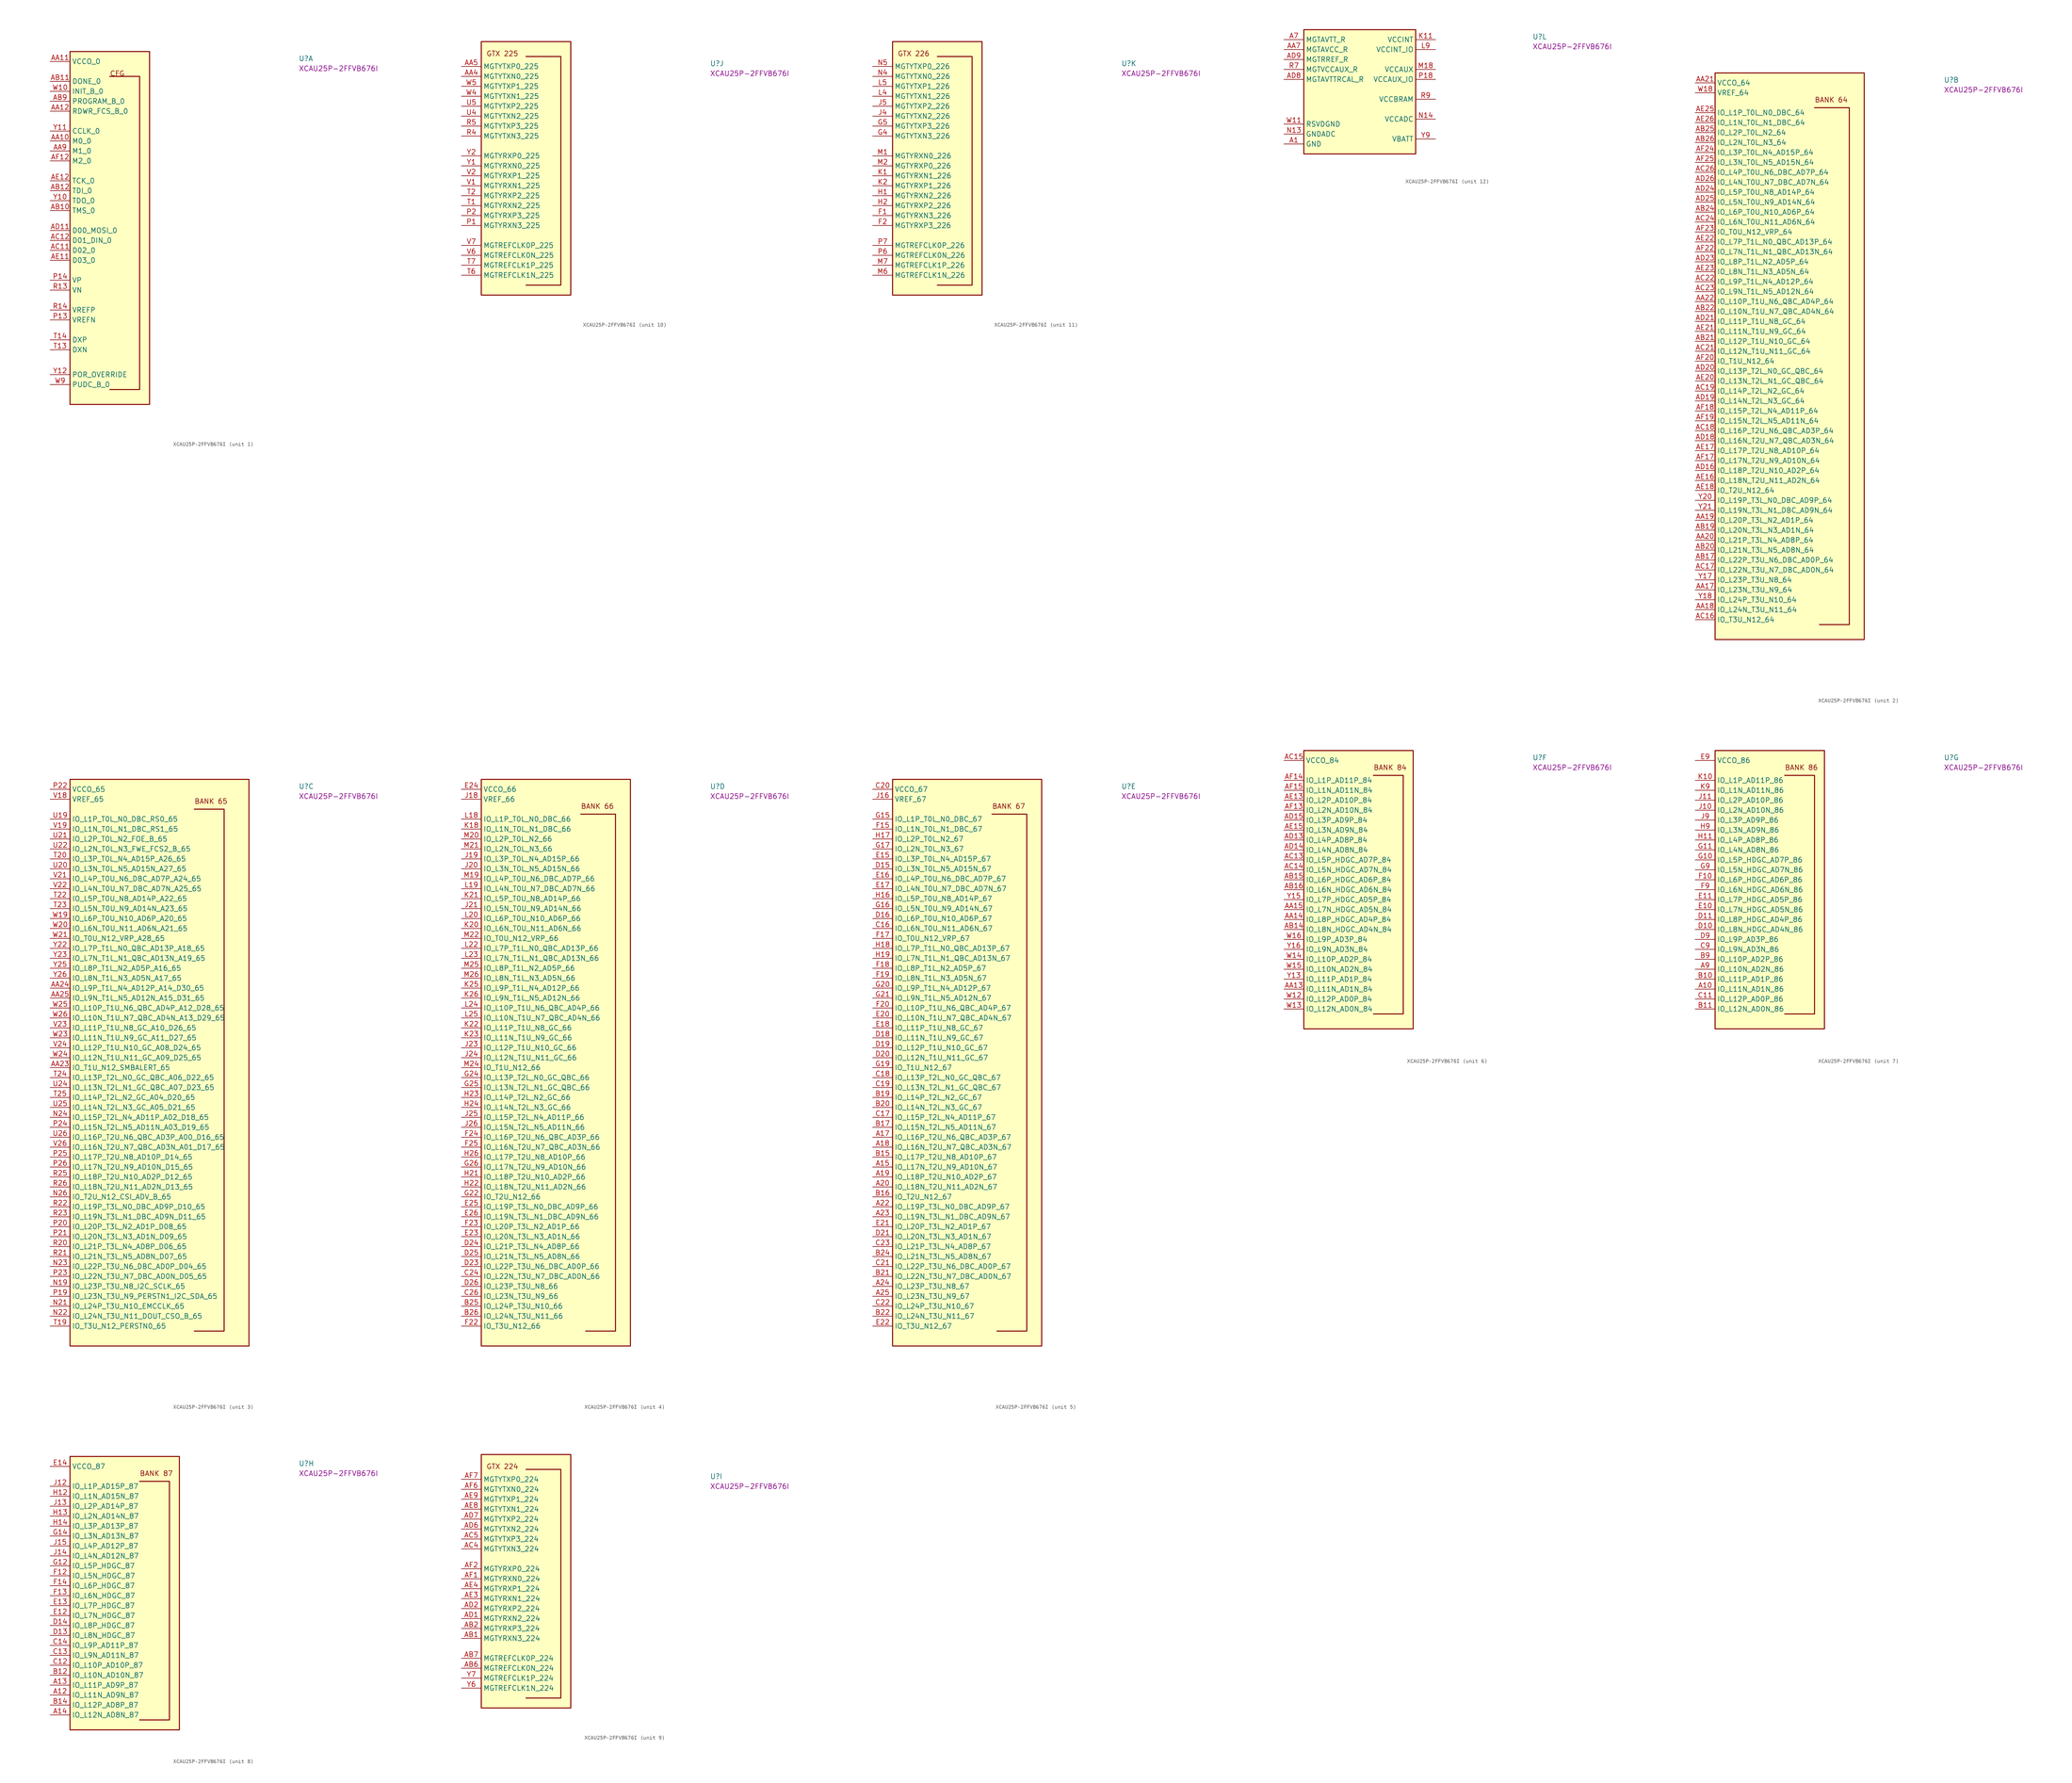
<source format=kicad_sym>
(kicad_symbol_lib
  (version 20220914)
  (generator kicad_symbol_editor)
  (symbol "XCAU25P-2FFVB676I"
    (property "Reference" "U"
      (at 63.5 0 0)
      (effects (font (size 1.27 1.27) (thickness 0.15)) (justify left bottom)))
    (property "MPN" "XCAU25P-2FFVB676I"
      (at 63.5 -2.54 0)
      (effects (font (size 1.27 1.27) (thickness 0.15)) (justify left bottom)))
    (property "ki_locked" ""
      (at 0 0 0)
      (effects (font (size 1.27 1.27))))
    (symbol "XCAU25P-2FFVB676I_1_1"
      (polyline (pts (xy 15.24 -3.81) (xy 22.86 -3.81) (xy 22.86 -83.82) (xy 15.24 -83.82)) (stroke (width 0.254) (type default)) (fill (type background)))
      (rectangle (start 5.08 2.54) (end 25.4 -87.63) (stroke (width 0.254) (type default)) (fill (type background)))
      (text "" (at 50.8 -31.75 0) (effects (font (size 1.27 1.27) (thickness 0.15)) (justify left bottom)))
      (text "" (at 50.8 -31.75 0) (effects (font (size 1.27 1.27) (thickness 0.15)) (justify left bottom)))
      (text "CFG" (at 15.24 -3.81 0) (effects (font (size 1.27 1.27) (thickness 0.15)) (justify left bottom)))
      (pin input line (at 0 -20.32 0) (length 5.08) (name "M0_0" (effects (font (size 1.27 1.27)))) (number "AA10" (effects (font (size 1.27 1.27)))))
      (pin power_in line (at 0 0 0) (length 5.08) (name "VCCO_0" (effects (font (size 1.27 1.27)))) (number "AA11" (effects (font (size 1.27 1.27)))))
      (pin bidirectional line (at 0 -12.7 0) (length 5.08) (name "RDWR_FCS_B_0" (effects (font (size 1.27 1.27)))) (number "AA12" (effects (font (size 1.27 1.27)))))
      (pin input line (at 0 -22.86 0) (length 5.08) (name "M1_0" (effects (font (size 1.27 1.27)))) (number "AA9" (effects (font (size 1.27 1.27)))))
      (pin input line (at 0 -38.1 0) (length 5.08) (name "TMS_0" (effects (font (size 1.27 1.27)))) (number "AB10" (effects (font (size 1.27 1.27)))))
      (pin bidirectional line (at 0 -5.08 0) (length 5.08) (name "DONE_0" (effects (font (size 1.27 1.27)))) (number "AB11" (effects (font (size 1.27 1.27)))))
      (pin input line (at 0 -33.02 0) (length 5.08) (name "TDI_0" (effects (font (size 1.27 1.27)))) (number "AB12" (effects (font (size 1.27 1.27)))))
      (pin input line (at 0 -10.16 0) (length 5.08) (name "PROGRAM_B_0" (effects (font (size 1.27 1.27)))) (number "AB9" (effects (font (size 1.27 1.27)))))
      (pin bidirectional line (at 0 -48.26 0) (length 5.08) (name "D02_0" (effects (font (size 1.27 1.27)))) (number "AC11" (effects (font (size 1.27 1.27)))))
      (pin bidirectional line (at 0 -45.72 0) (length 5.08) (name "D01_DIN_0" (effects (font (size 1.27 1.27)))) (number "AC12" (effects (font (size 1.27 1.27)))))
      (pin bidirectional line (at 0 -43.18 0) (length 5.08) (name "D00_MOSI_0" (effects (font (size 1.27 1.27)))) (number "AD11" (effects (font (size 1.27 1.27)))))
      (pin passive line (at 0 0 0) (length 5.08) hide (name "VCCO_0" (effects (font (size 1.27 1.27)))) (number "AD12" (effects (font (size 1.27 1.27)))))
      (pin bidirectional line (at 0 -50.8 0) (length 5.08) (name "D03_0" (effects (font (size 1.27 1.27)))) (number "AE11" (effects (font (size 1.27 1.27)))))
      (pin input line (at 0 -30.48 0) (length 5.08) (name "TCK_0" (effects (font (size 1.27 1.27)))) (number "AE12" (effects (font (size 1.27 1.27)))))
      (pin input line (at 0 -25.4 0) (length 5.08) (name "M2_0" (effects (font (size 1.27 1.27)))) (number "AF12" (effects (font (size 1.27 1.27)))))
      (pin input line (at 0 -66.04 0) (length 5.08) (name "VREFN" (effects (font (size 1.27 1.27)))) (number "P13" (effects (font (size 1.27 1.27)))))
      (pin input line (at 0 -55.88 0) (length 5.08) (name "VP" (effects (font (size 1.27 1.27)))) (number "P14" (effects (font (size 1.27 1.27)))))
      (pin input line (at 0 -58.42 0) (length 5.08) (name "VN" (effects (font (size 1.27 1.27)))) (number "R13" (effects (font (size 1.27 1.27)))))
      (pin input line (at 0 -63.5 0) (length 5.08) (name "VREFP" (effects (font (size 1.27 1.27)))) (number "R14" (effects (font (size 1.27 1.27)))))
      (pin passive line (at 0 -73.66 0) (length 5.08) (name "DXN" (effects (font (size 1.27 1.27)))) (number "T13" (effects (font (size 1.27 1.27)))))
      (pin passive line (at 0 -71.12 0) (length 5.08) (name "DXP" (effects (font (size 1.27 1.27)))) (number "T14" (effects (font (size 1.27 1.27)))))
      (pin bidirectional line (at 0 -7.62 0) (length 5.08) (name "INIT_B_0" (effects (font (size 1.27 1.27)))) (number "W10" (effects (font (size 1.27 1.27)))))
      (pin input line (at 0 -82.55 0) (length 5.08) (name "PUDC_B_0" (effects (font (size 1.27 1.27)))) (number "W9" (effects (font (size 1.27 1.27)))))
      (pin output line (at 0 -35.56 0) (length 5.08) (name "TDO_0" (effects (font (size 1.27 1.27)))) (number "Y10" (effects (font (size 1.27 1.27)))))
      (pin bidirectional line (at 0 -17.78 0) (length 5.08) (name "CCLK_0" (effects (font (size 1.27 1.27)))) (number "Y11" (effects (font (size 1.27 1.27)))))
      (pin input line (at 0 -80.01 0) (length 5.08) (name "POR_OVERRIDE" (effects (font (size 1.27 1.27)))) (number "Y12" (effects (font (size 1.27 1.27))))))
    (symbol "XCAU25P-2FFVB676I_2_1"
      (polyline (pts (xy 30.48 -6.35) (xy 39.37 -6.35) (xy 39.37 -138.43) (xy 31.75 -138.43)) (stroke (width 0.254) (type default)) (fill (type background)))
      (rectangle (start 5.08 2.54) (end 43.18 -142.24) (stroke (width 0.254) (type default)) (fill (type background)))
      (text "" (at 50.8 -31.75 0) (effects (font (size 1.27 1.27) (thickness 0.15)) (justify left bottom)))
      (text "" (at 50.8 -31.75 0) (effects (font (size 1.27 1.27) (thickness 0.15)) (justify left bottom)))
      (text "BANK 64" (at 30.48 -5.08 0) (effects (font (size 1.27 1.27) (thickness 0.15)) (justify left bottom)))
      (pin bidirectional line (at 0 -129.54 0) (length 5.08) (name "IO_L23N_T3U_N9_64" (effects (font (size 1.27 1.27)))) (number "AA17" (effects (font (size 1.27 1.27)))))
      (pin bidirectional line (at 0 -134.62 0) (length 5.08) (name "IO_L24N_T3U_N11_64" (effects (font (size 1.27 1.27)))) (number "AA18" (effects (font (size 1.27 1.27)))))
      (pin bidirectional line (at 0 -111.76 0) (length 5.08) (name "IO_L20P_T3L_N2_AD1P_64" (effects (font (size 1.27 1.27)))) (number "AA19" (effects (font (size 1.27 1.27)))))
      (pin bidirectional line (at 0 -116.84 0) (length 5.08) (name "IO_L21P_T3L_N4_AD8P_64" (effects (font (size 1.27 1.27)))) (number "AA20" (effects (font (size 1.27 1.27)))))
      (pin power_in line (at 0 0 0) (length 5.08) (name "VCCO_64" (effects (font (size 1.27 1.27)))) (number "AA21" (effects (font (size 1.27 1.27)))))
      (pin bidirectional line (at 0 -55.88 0) (length 5.08) (name "IO_L10P_T1U_N6_QBC_AD4P_64" (effects (font (size 1.27 1.27)))) (number "AA22" (effects (font (size 1.27 1.27)))))
      (pin bidirectional line (at 0 -121.92 0) (length 5.08) (name "IO_L22P_T3U_N6_DBC_AD0P_64" (effects (font (size 1.27 1.27)))) (number "AB17" (effects (font (size 1.27 1.27)))))
      (pin passive line (at 0 0 0) (length 5.08) hide (name "VCCO_64" (effects (font (size 1.27 1.27)))) (number "AB18" (effects (font (size 1.27 1.27)))))
      (pin bidirectional line (at 0 -114.3 0) (length 5.08) (name "IO_L20N_T3L_N3_AD1N_64" (effects (font (size 1.27 1.27)))) (number "AB19" (effects (font (size 1.27 1.27)))))
      (pin bidirectional line (at 0 -119.38 0) (length 5.08) (name "IO_L21N_T3L_N5_AD8N_64" (effects (font (size 1.27 1.27)))) (number "AB20" (effects (font (size 1.27 1.27)))))
      (pin bidirectional line (at 0 -66.04 0) (length 5.08) (name "IO_L12P_T1U_N10_GC_64" (effects (font (size 1.27 1.27)))) (number "AB21" (effects (font (size 1.27 1.27)))))
      (pin bidirectional line (at 0 -58.42 0) (length 5.08) (name "IO_L10N_T1U_N7_QBC_AD4N_64" (effects (font (size 1.27 1.27)))) (number "AB22" (effects (font (size 1.27 1.27)))))
      (pin bidirectional line (at 0 -33.02 0) (length 5.08) (name "IO_L6P_T0U_N10_AD6P_64" (effects (font (size 1.27 1.27)))) (number "AB24" (effects (font (size 1.27 1.27)))))
      (pin bidirectional line (at 0 -12.7 0) (length 5.08) (name "IO_L2P_T0L_N2_64" (effects (font (size 1.27 1.27)))) (number "AB25" (effects (font (size 1.27 1.27)))))
      (pin bidirectional line (at 0 -15.24 0) (length 5.08) (name "IO_L2N_T0L_N3_64" (effects (font (size 1.27 1.27)))) (number "AB26" (effects (font (size 1.27 1.27)))))
      (pin bidirectional line (at 0 -137.16 0) (length 5.08) (name "IO_T3U_N12_64" (effects (font (size 1.27 1.27)))) (number "AC16" (effects (font (size 1.27 1.27)))))
      (pin bidirectional line (at 0 -124.46 0) (length 5.08) (name "IO_L22N_T3U_N7_DBC_AD0N_64" (effects (font (size 1.27 1.27)))) (number "AC17" (effects (font (size 1.27 1.27)))))
      (pin bidirectional line (at 0 -88.9 0) (length 5.08) (name "IO_L16P_T2U_N6_QBC_AD3P_64" (effects (font (size 1.27 1.27)))) (number "AC18" (effects (font (size 1.27 1.27)))))
      (pin bidirectional line (at 0 -78.74 0) (length 5.08) (name "IO_L14P_T2L_N2_GC_64" (effects (font (size 1.27 1.27)))) (number "AC19" (effects (font (size 1.27 1.27)))))
      (pin bidirectional line (at 0 -68.58 0) (length 5.08) (name "IO_L12N_T1U_N11_GC_64" (effects (font (size 1.27 1.27)))) (number "AC21" (effects (font (size 1.27 1.27)))))
      (pin bidirectional line (at 0 -50.8 0) (length 5.08) (name "IO_L9P_T1L_N4_AD12P_64" (effects (font (size 1.27 1.27)))) (number "AC22" (effects (font (size 1.27 1.27)))))
      (pin bidirectional line (at 0 -53.34 0) (length 5.08) (name "IO_L9N_T1L_N5_AD12N_64" (effects (font (size 1.27 1.27)))) (number "AC23" (effects (font (size 1.27 1.27)))))
      (pin bidirectional line (at 0 -35.56 0) (length 5.08) (name "IO_L6N_T0U_N11_AD6N_64" (effects (font (size 1.27 1.27)))) (number "AC24" (effects (font (size 1.27 1.27)))))
      (pin bidirectional line (at 0 -22.86 0) (length 5.08) (name "IO_L4P_T0U_N6_DBC_AD7P_64" (effects (font (size 1.27 1.27)))) (number "AC26" (effects (font (size 1.27 1.27)))))
      (pin bidirectional line (at 0 -99.06 0) (length 5.08) (name "IO_L18P_T2U_N10_AD2P_64" (effects (font (size 1.27 1.27)))) (number "AD16" (effects (font (size 1.27 1.27)))))
      (pin bidirectional line (at 0 -91.44 0) (length 5.08) (name "IO_L16N_T2U_N7_QBC_AD3N_64" (effects (font (size 1.27 1.27)))) (number "AD18" (effects (font (size 1.27 1.27)))))
      (pin bidirectional line (at 0 -81.28 0) (length 5.08) (name "IO_L14N_T2L_N3_GC_64" (effects (font (size 1.27 1.27)))) (number "AD19" (effects (font (size 1.27 1.27)))))
      (pin bidirectional line (at 0 -73.66 0) (length 5.08) (name "IO_L13P_T2L_N0_GC_QBC_64" (effects (font (size 1.27 1.27)))) (number "AD20" (effects (font (size 1.27 1.27)))))
      (pin bidirectional line (at 0 -60.96 0) (length 5.08) (name "IO_L11P_T1U_N8_GC_64" (effects (font (size 1.27 1.27)))) (number "AD21" (effects (font (size 1.27 1.27)))))
      (pin passive line (at 0 0 0) (length 5.08) hide (name "VCCO_64" (effects (font (size 1.27 1.27)))) (number "AD22" (effects (font (size 1.27 1.27)))))
      (pin bidirectional line (at 0 -45.72 0) (length 5.08) (name "IO_L8P_T1L_N2_AD5P_64" (effects (font (size 1.27 1.27)))) (number "AD23" (effects (font (size 1.27 1.27)))))
      (pin bidirectional line (at 0 -27.94 0) (length 5.08) (name "IO_L5P_T0U_N8_AD14P_64" (effects (font (size 1.27 1.27)))) (number "AD24" (effects (font (size 1.27 1.27)))))
      (pin bidirectional line (at 0 -30.48 0) (length 5.08) (name "IO_L5N_T0U_N9_AD14N_64" (effects (font (size 1.27 1.27)))) (number "AD25" (effects (font (size 1.27 1.27)))))
      (pin bidirectional line (at 0 -25.4 0) (length 5.08) (name "IO_L4N_T0U_N7_DBC_AD7N_64" (effects (font (size 1.27 1.27)))) (number "AD26" (effects (font (size 1.27 1.27)))))
      (pin bidirectional line (at 0 -101.6 0) (length 5.08) (name "IO_L18N_T2U_N11_AD2N_64" (effects (font (size 1.27 1.27)))) (number "AE16" (effects (font (size 1.27 1.27)))))
      (pin bidirectional line (at 0 -93.98 0) (length 5.08) (name "IO_L17P_T2U_N8_AD10P_64" (effects (font (size 1.27 1.27)))) (number "AE17" (effects (font (size 1.27 1.27)))))
      (pin bidirectional line (at 0 -104.14 0) (length 5.08) (name "IO_T2U_N12_64" (effects (font (size 1.27 1.27)))) (number "AE18" (effects (font (size 1.27 1.27)))))
      (pin bidirectional line (at 0 -76.2 0) (length 5.08) (name "IO_L13N_T2L_N1_GC_QBC_64" (effects (font (size 1.27 1.27)))) (number "AE20" (effects (font (size 1.27 1.27)))))
      (pin bidirectional line (at 0 -63.5 0) (length 5.08) (name "IO_L11N_T1U_N9_GC_64" (effects (font (size 1.27 1.27)))) (number "AE21" (effects (font (size 1.27 1.27)))))
      (pin bidirectional line (at 0 -40.64 0) (length 5.08) (name "IO_L7P_T1L_N0_QBC_AD13P_64" (effects (font (size 1.27 1.27)))) (number "AE22" (effects (font (size 1.27 1.27)))))
      (pin bidirectional line (at 0 -48.26 0) (length 5.08) (name "IO_L8N_T1L_N3_AD5N_64" (effects (font (size 1.27 1.27)))) (number "AE23" (effects (font (size 1.27 1.27)))))
      (pin bidirectional line (at 0 -7.62 0) (length 5.08) (name "IO_L1P_T0L_N0_DBC_64" (effects (font (size 1.27 1.27)))) (number "AE25" (effects (font (size 1.27 1.27)))))
      (pin bidirectional line (at 0 -10.16 0) (length 5.08) (name "IO_L1N_T0L_N1_DBC_64" (effects (font (size 1.27 1.27)))) (number "AE26" (effects (font (size 1.27 1.27)))))
      (pin bidirectional line (at 0 -96.52 0) (length 5.08) (name "IO_L17N_T2U_N9_AD10N_64" (effects (font (size 1.27 1.27)))) (number "AF17" (effects (font (size 1.27 1.27)))))
      (pin bidirectional line (at 0 -83.82 0) (length 5.08) (name "IO_L15P_T2L_N4_AD11P_64" (effects (font (size 1.27 1.27)))) (number "AF18" (effects (font (size 1.27 1.27)))))
      (pin bidirectional line (at 0 -86.36 0) (length 5.08) (name "IO_L15N_T2L_N5_AD11N_64" (effects (font (size 1.27 1.27)))) (number "AF19" (effects (font (size 1.27 1.27)))))
      (pin bidirectional line (at 0 -71.12 0) (length 5.08) (name "IO_T1U_N12_64" (effects (font (size 1.27 1.27)))) (number "AF20" (effects (font (size 1.27 1.27)))))
      (pin bidirectional line (at 0 -43.18 0) (length 5.08) (name "IO_L7N_T1L_N1_QBC_AD13N_64" (effects (font (size 1.27 1.27)))) (number "AF22" (effects (font (size 1.27 1.27)))))
      (pin bidirectional line (at 0 -38.1 0) (length 5.08) (name "IO_T0U_N12_VRP_64" (effects (font (size 1.27 1.27)))) (number "AF23" (effects (font (size 1.27 1.27)))))
      (pin bidirectional line (at 0 -17.78 0) (length 5.08) (name "IO_L3P_T0L_N4_AD15P_64" (effects (font (size 1.27 1.27)))) (number "AF24" (effects (font (size 1.27 1.27)))))
      (pin bidirectional line (at 0 -20.32 0) (length 5.08) (name "IO_L3N_T0L_N5_AD15N_64" (effects (font (size 1.27 1.27)))) (number "AF25" (effects (font (size 1.27 1.27)))))
      (pin input line (at 0 -2.54 0) (length 5.08) (name "VREF_64" (effects (font (size 1.27 1.27)))) (number "W18" (effects (font (size 1.27 1.27)))))
      (pin bidirectional line (at 0 -127 0) (length 5.08) (name "IO_L23P_T3U_N8_64" (effects (font (size 1.27 1.27)))) (number "Y17" (effects (font (size 1.27 1.27)))))
      (pin bidirectional line (at 0 -132.08 0) (length 5.08) (name "IO_L24P_T3U_N10_64" (effects (font (size 1.27 1.27)))) (number "Y18" (effects (font (size 1.27 1.27)))))
      (pin bidirectional line (at 0 -106.68 0) (length 5.08) (name "IO_L19P_T3L_N0_DBC_AD9P_64" (effects (font (size 1.27 1.27)))) (number "Y20" (effects (font (size 1.27 1.27)))))
      (pin bidirectional line (at 0 -109.22 0) (length 5.08) (name "IO_L19N_T3L_N1_DBC_AD9N_64" (effects (font (size 1.27 1.27)))) (number "Y21" (effects (font (size 1.27 1.27))))))
    (symbol "XCAU25P-2FFVB676I_3_1"
      (polyline (pts (xy 36.83 -5.08) (xy 44.45 -5.08) (xy 44.45 -138.43) (xy 36.83 -138.43)) (stroke (width 0.254) (type default)) (fill (type background)))
      (rectangle (start 5.08 2.54) (end 50.8 -142.24) (stroke (width 0.254) (type default)) (fill (type background)))
      (text "" (at 50.8 -31.75 0) (effects (font (size 1.27 1.27) (thickness 0.15)) (justify left bottom)))
      (text "" (at 50.8 -31.75 0) (effects (font (size 1.27 1.27) (thickness 0.15)) (justify left bottom)))
      (text "BANK 65" (at 36.83 -3.81 0) (effects (font (size 1.27 1.27) (thickness 0.15)) (justify left bottom)))
      (pin bidirectional line (at 0 -71.12 0) (length 5.08) (name "IO_T1U_N12_SMBALERT_65" (effects (font (size 1.27 1.27)))) (number "AA23" (effects (font (size 1.27 1.27)))))
      (pin bidirectional line (at 0 -50.8 0) (length 5.08) (name "IO_L9P_T1L_N4_AD12P_A14_D30_65" (effects (font (size 1.27 1.27)))) (number "AA24" (effects (font (size 1.27 1.27)))))
      (pin bidirectional line (at 0 -53.34 0) (length 5.08) (name "IO_L9N_T1L_N5_AD12N_A15_D31_65" (effects (font (size 1.27 1.27)))) (number "AA25" (effects (font (size 1.27 1.27)))))
      (pin bidirectional line (at 0 -127 0) (length 5.08) (name "IO_L23P_T3U_N8_I2C_SCLK_65" (effects (font (size 1.27 1.27)))) (number "N19" (effects (font (size 1.27 1.27)))))
      (pin bidirectional line (at 0 -132.08 0) (length 5.08) (name "IO_L24P_T3U_N10_EMCCLK_65" (effects (font (size 1.27 1.27)))) (number "N21" (effects (font (size 1.27 1.27)))))
      (pin bidirectional line (at 0 -134.62 0) (length 5.08) (name "IO_L24N_T3U_N11_DOUT_CSO_B_65" (effects (font (size 1.27 1.27)))) (number "N22" (effects (font (size 1.27 1.27)))))
      (pin bidirectional line (at 0 -121.92 0) (length 5.08) (name "IO_L22P_T3U_N6_DBC_AD0P_D04_65" (effects (font (size 1.27 1.27)))) (number "N23" (effects (font (size 1.27 1.27)))))
      (pin bidirectional line (at 0 -83.82 0) (length 5.08) (name "IO_L15P_T2L_N4_AD11P_A02_D18_65" (effects (font (size 1.27 1.27)))) (number "N24" (effects (font (size 1.27 1.27)))))
      (pin bidirectional line (at 0 -104.14 0) (length 5.08) (name "IO_T2U_N12_CSI_ADV_B_65" (effects (font (size 1.27 1.27)))) (number "N26" (effects (font (size 1.27 1.27)))))
      (pin bidirectional line (at 0 -129.54 0) (length 5.08) (name "IO_L23N_T3U_N9_PERSTN1_I2C_SDA_65" (effects (font (size 1.27 1.27)))) (number "P19" (effects (font (size 1.27 1.27)))))
      (pin bidirectional line (at 0 -111.76 0) (length 5.08) (name "IO_L20P_T3L_N2_AD1P_D08_65" (effects (font (size 1.27 1.27)))) (number "P20" (effects (font (size 1.27 1.27)))))
      (pin bidirectional line (at 0 -114.3 0) (length 5.08) (name "IO_L20N_T3L_N3_AD1N_D09_65" (effects (font (size 1.27 1.27)))) (number "P21" (effects (font (size 1.27 1.27)))))
      (pin power_in line (at 0 0 0) (length 5.08) (name "VCCO_65" (effects (font (size 1.27 1.27)))) (number "P22" (effects (font (size 1.27 1.27)))))
      (pin bidirectional line (at 0 -124.46 0) (length 5.08) (name "IO_L22N_T3U_N7_DBC_AD0N_D05_65" (effects (font (size 1.27 1.27)))) (number "P23" (effects (font (size 1.27 1.27)))))
      (pin bidirectional line (at 0 -86.36 0) (length 5.08) (name "IO_L15N_T2L_N5_AD11N_A03_D19_65" (effects (font (size 1.27 1.27)))) (number "P24" (effects (font (size 1.27 1.27)))))
      (pin bidirectional line (at 0 -93.98 0) (length 5.08) (name "IO_L17P_T2U_N8_AD10P_D14_65" (effects (font (size 1.27 1.27)))) (number "P25" (effects (font (size 1.27 1.27)))))
      (pin bidirectional line (at 0 -96.52 0) (length 5.08) (name "IO_L17N_T2U_N9_AD10N_D15_65" (effects (font (size 1.27 1.27)))) (number "P26" (effects (font (size 1.27 1.27)))))
      (pin bidirectional line (at 0 -116.84 0) (length 5.08) (name "IO_L21P_T3L_N4_AD8P_D06_65" (effects (font (size 1.27 1.27)))) (number "R20" (effects (font (size 1.27 1.27)))))
      (pin bidirectional line (at 0 -119.38 0) (length 5.08) (name "IO_L21N_T3L_N5_AD8N_D07_65" (effects (font (size 1.27 1.27)))) (number "R21" (effects (font (size 1.27 1.27)))))
      (pin bidirectional line (at 0 -106.68 0) (length 5.08) (name "IO_L19P_T3L_N0_DBC_AD9P_D10_65" (effects (font (size 1.27 1.27)))) (number "R22" (effects (font (size 1.27 1.27)))))
      (pin bidirectional line (at 0 -109.22 0) (length 5.08) (name "IO_L19N_T3L_N1_DBC_AD9N_D11_65" (effects (font (size 1.27 1.27)))) (number "R23" (effects (font (size 1.27 1.27)))))
      (pin bidirectional line (at 0 -99.06 0) (length 5.08) (name "IO_L18P_T2U_N10_AD2P_D12_65" (effects (font (size 1.27 1.27)))) (number "R25" (effects (font (size 1.27 1.27)))))
      (pin bidirectional line (at 0 -101.6 0) (length 5.08) (name "IO_L18N_T2U_N11_AD2N_D13_65" (effects (font (size 1.27 1.27)))) (number "R26" (effects (font (size 1.27 1.27)))))
      (pin bidirectional line (at 0 -137.16 0) (length 5.08) (name "IO_T3U_N12_PERSTN0_65" (effects (font (size 1.27 1.27)))) (number "T19" (effects (font (size 1.27 1.27)))))
      (pin bidirectional line (at 0 -17.78 0) (length 5.08) (name "IO_L3P_T0L_N4_AD15P_A26_65" (effects (font (size 1.27 1.27)))) (number "T20" (effects (font (size 1.27 1.27)))))
      (pin bidirectional line (at 0 -27.94 0) (length 5.08) (name "IO_L5P_T0U_N8_AD14P_A22_65" (effects (font (size 1.27 1.27)))) (number "T22" (effects (font (size 1.27 1.27)))))
      (pin bidirectional line (at 0 -30.48 0) (length 5.08) (name "IO_L5N_T0U_N9_AD14N_A23_65" (effects (font (size 1.27 1.27)))) (number "T23" (effects (font (size 1.27 1.27)))))
      (pin bidirectional line (at 0 -73.66 0) (length 5.08) (name "IO_L13P_T2L_N0_GC_QBC_A06_D22_65" (effects (font (size 1.27 1.27)))) (number "T24" (effects (font (size 1.27 1.27)))))
      (pin bidirectional line (at 0 -78.74 0) (length 5.08) (name "IO_L14P_T2L_N2_GC_A04_D20_65" (effects (font (size 1.27 1.27)))) (number "T25" (effects (font (size 1.27 1.27)))))
      (pin bidirectional line (at 0 -7.62 0) (length 5.08) (name "IO_L1P_T0L_N0_DBC_RS0_65" (effects (font (size 1.27 1.27)))) (number "U19" (effects (font (size 1.27 1.27)))))
      (pin bidirectional line (at 0 -20.32 0) (length 5.08) (name "IO_L3N_T0L_N5_AD15N_A27_65" (effects (font (size 1.27 1.27)))) (number "U20" (effects (font (size 1.27 1.27)))))
      (pin bidirectional line (at 0 -12.7 0) (length 5.08) (name "IO_L2P_T0L_N2_FOE_B_65" (effects (font (size 1.27 1.27)))) (number "U21" (effects (font (size 1.27 1.27)))))
      (pin bidirectional line (at 0 -15.24 0) (length 5.08) (name "IO_L2N_T0L_N3_FWE_FCS2_B_65" (effects (font (size 1.27 1.27)))) (number "U22" (effects (font (size 1.27 1.27)))))
      (pin passive line (at 0 0 0) (length 5.08) hide (name "VCCO_65" (effects (font (size 1.27 1.27)))) (number "U23" (effects (font (size 1.27 1.27)))))
      (pin bidirectional line (at 0 -76.2 0) (length 5.08) (name "IO_L13N_T2L_N1_GC_QBC_A07_D23_65" (effects (font (size 1.27 1.27)))) (number "U24" (effects (font (size 1.27 1.27)))))
      (pin bidirectional line (at 0 -81.28 0) (length 5.08) (name "IO_L14N_T2L_N3_GC_A05_D21_65" (effects (font (size 1.27 1.27)))) (number "U25" (effects (font (size 1.27 1.27)))))
      (pin bidirectional line (at 0 -88.9 0) (length 5.08) (name "IO_L16P_T2U_N6_QBC_AD3P_A00_D16_65" (effects (font (size 1.27 1.27)))) (number "U26" (effects (font (size 1.27 1.27)))))
      (pin input line (at 0 -2.54 0) (length 5.08) (name "VREF_65" (effects (font (size 1.27 1.27)))) (number "V18" (effects (font (size 1.27 1.27)))))
      (pin bidirectional line (at 0 -10.16 0) (length 5.08) (name "IO_L1N_T0L_N1_DBC_RS1_65" (effects (font (size 1.27 1.27)))) (number "V19" (effects (font (size 1.27 1.27)))))
      (pin bidirectional line (at 0 -22.86 0) (length 5.08) (name "IO_L4P_T0U_N6_DBC_AD7P_A24_65" (effects (font (size 1.27 1.27)))) (number "V21" (effects (font (size 1.27 1.27)))))
      (pin bidirectional line (at 0 -25.4 0) (length 5.08) (name "IO_L4N_T0U_N7_DBC_AD7N_A25_65" (effects (font (size 1.27 1.27)))) (number "V22" (effects (font (size 1.27 1.27)))))
      (pin bidirectional line (at 0 -60.96 0) (length 5.08) (name "IO_L11P_T1U_N8_GC_A10_D26_65" (effects (font (size 1.27 1.27)))) (number "V23" (effects (font (size 1.27 1.27)))))
      (pin bidirectional line (at 0 -66.04 0) (length 5.08) (name "IO_L12P_T1U_N10_GC_A08_D24_65" (effects (font (size 1.27 1.27)))) (number "V24" (effects (font (size 1.27 1.27)))))
      (pin bidirectional line (at 0 -91.44 0) (length 5.08) (name "IO_L16N_T2U_N7_QBC_AD3N_A01_D17_65" (effects (font (size 1.27 1.27)))) (number "V26" (effects (font (size 1.27 1.27)))))
      (pin bidirectional line (at 0 -33.02 0) (length 5.08) (name "IO_L6P_T0U_N10_AD6P_A20_65" (effects (font (size 1.27 1.27)))) (number "W19" (effects (font (size 1.27 1.27)))))
      (pin bidirectional line (at 0 -35.56 0) (length 5.08) (name "IO_L6N_T0U_N11_AD6N_A21_65" (effects (font (size 1.27 1.27)))) (number "W20" (effects (font (size 1.27 1.27)))))
      (pin bidirectional line (at 0 -38.1 0) (length 5.08) (name "IO_T0U_N12_VRP_A28_65" (effects (font (size 1.27 1.27)))) (number "W21" (effects (font (size 1.27 1.27)))))
      (pin bidirectional line (at 0 -63.5 0) (length 5.08) (name "IO_L11N_T1U_N9_GC_A11_D27_65" (effects (font (size 1.27 1.27)))) (number "W23" (effects (font (size 1.27 1.27)))))
      (pin bidirectional line (at 0 -68.58 0) (length 5.08) (name "IO_L12N_T1U_N11_GC_A09_D25_65" (effects (font (size 1.27 1.27)))) (number "W24" (effects (font (size 1.27 1.27)))))
      (pin bidirectional line (at 0 -55.88 0) (length 5.08) (name "IO_L10P_T1U_N6_QBC_AD4P_A12_D28_65" (effects (font (size 1.27 1.27)))) (number "W25" (effects (font (size 1.27 1.27)))))
      (pin bidirectional line (at 0 -58.42 0) (length 5.08) (name "IO_L10N_T1U_N7_QBC_AD4N_A13_D29_65" (effects (font (size 1.27 1.27)))) (number "W26" (effects (font (size 1.27 1.27)))))
      (pin bidirectional line (at 0 -40.64 0) (length 5.08) (name "IO_L7P_T1L_N0_QBC_AD13P_A18_65" (effects (font (size 1.27 1.27)))) (number "Y22" (effects (font (size 1.27 1.27)))))
      (pin bidirectional line (at 0 -43.18 0) (length 5.08) (name "IO_L7N_T1L_N1_QBC_AD13N_A19_65" (effects (font (size 1.27 1.27)))) (number "Y23" (effects (font (size 1.27 1.27)))))
      (pin passive line (at 0 0 0) (length 5.08) hide (name "VCCO_65" (effects (font (size 1.27 1.27)))) (number "Y24" (effects (font (size 1.27 1.27)))))
      (pin bidirectional line (at 0 -45.72 0) (length 5.08) (name "IO_L8P_T1L_N2_AD5P_A16_65" (effects (font (size 1.27 1.27)))) (number "Y25" (effects (font (size 1.27 1.27)))))
      (pin bidirectional line (at 0 -48.26 0) (length 5.08) (name "IO_L8N_T1L_N3_AD5N_A17_65" (effects (font (size 1.27 1.27)))) (number "Y26" (effects (font (size 1.27 1.27))))))
    (symbol "XCAU25P-2FFVB676I_4_1"
      (polyline (pts (xy 30.48 -6.35) (xy 39.37 -6.35) (xy 39.37 -138.43) (xy 31.75 -138.43)) (stroke (width 0.254) (type default)) (fill (type background)))
      (rectangle (start 5.08 2.54) (end 43.18 -142.24) (stroke (width 0.254) (type default)) (fill (type background)))
      (text "" (at 50.8 -31.75 0) (effects (font (size 1.27 1.27) (thickness 0.15)) (justify left bottom)))
      (text "" (at 50.8 -31.75 0) (effects (font (size 1.27 1.27) (thickness 0.15)) (justify left bottom)))
      (text "BANK 66" (at 30.48 -5.08 0) (effects (font (size 1.27 1.27) (thickness 0.15)) (justify left bottom)))
      (pin bidirectional line (at 0 -132.08 0) (length 5.08) (name "IO_L24P_T3U_N10_66" (effects (font (size 1.27 1.27)))) (number "B25" (effects (font (size 1.27 1.27)))))
      (pin bidirectional line (at 0 -134.62 0) (length 5.08) (name "IO_L24N_T3U_N11_66" (effects (font (size 1.27 1.27)))) (number "B26" (effects (font (size 1.27 1.27)))))
      (pin bidirectional line (at 0 -124.46 0) (length 5.08) (name "IO_L22N_T3U_N7_DBC_AD0N_66" (effects (font (size 1.27 1.27)))) (number "C24" (effects (font (size 1.27 1.27)))))
      (pin bidirectional line (at 0 -129.54 0) (length 5.08) (name "IO_L23N_T3U_N9_66" (effects (font (size 1.27 1.27)))) (number "C26" (effects (font (size 1.27 1.27)))))
      (pin bidirectional line (at 0 -121.92 0) (length 5.08) (name "IO_L22P_T3U_N6_DBC_AD0P_66" (effects (font (size 1.27 1.27)))) (number "D23" (effects (font (size 1.27 1.27)))))
      (pin bidirectional line (at 0 -116.84 0) (length 5.08) (name "IO_L21P_T3L_N4_AD8P_66" (effects (font (size 1.27 1.27)))) (number "D24" (effects (font (size 1.27 1.27)))))
      (pin bidirectional line (at 0 -119.38 0) (length 5.08) (name "IO_L21N_T3L_N5_AD8N_66" (effects (font (size 1.27 1.27)))) (number "D25" (effects (font (size 1.27 1.27)))))
      (pin bidirectional line (at 0 -127 0) (length 5.08) (name "IO_L23P_T3U_N8_66" (effects (font (size 1.27 1.27)))) (number "D26" (effects (font (size 1.27 1.27)))))
      (pin bidirectional line (at 0 -114.3 0) (length 5.08) (name "IO_L20N_T3L_N3_AD1N_66" (effects (font (size 1.27 1.27)))) (number "E23" (effects (font (size 1.27 1.27)))))
      (pin power_in line (at 0 0 0) (length 5.08) (name "VCCO_66" (effects (font (size 1.27 1.27)))) (number "E24" (effects (font (size 1.27 1.27)))))
      (pin bidirectional line (at 0 -106.68 0) (length 5.08) (name "IO_L19P_T3L_N0_DBC_AD9P_66" (effects (font (size 1.27 1.27)))) (number "E25" (effects (font (size 1.27 1.27)))))
      (pin bidirectional line (at 0 -109.22 0) (length 5.08) (name "IO_L19N_T3L_N1_DBC_AD9N_66" (effects (font (size 1.27 1.27)))) (number "E26" (effects (font (size 1.27 1.27)))))
      (pin bidirectional line (at 0 -137.16 0) (length 5.08) (name "IO_T3U_N12_66" (effects (font (size 1.27 1.27)))) (number "F22" (effects (font (size 1.27 1.27)))))
      (pin bidirectional line (at 0 -111.76 0) (length 5.08) (name "IO_L20P_T3L_N2_AD1P_66" (effects (font (size 1.27 1.27)))) (number "F23" (effects (font (size 1.27 1.27)))))
      (pin bidirectional line (at 0 -88.9 0) (length 5.08) (name "IO_L16P_T2U_N6_QBC_AD3P_66" (effects (font (size 1.27 1.27)))) (number "F24" (effects (font (size 1.27 1.27)))))
      (pin bidirectional line (at 0 -91.44 0) (length 5.08) (name "IO_L16N_T2U_N7_QBC_AD3N_66" (effects (font (size 1.27 1.27)))) (number "F25" (effects (font (size 1.27 1.27)))))
      (pin bidirectional line (at 0 -104.14 0) (length 5.08) (name "IO_T2U_N12_66" (effects (font (size 1.27 1.27)))) (number "G22" (effects (font (size 1.27 1.27)))))
      (pin bidirectional line (at 0 -73.66 0) (length 5.08) (name "IO_L13P_T2L_N0_GC_QBC_66" (effects (font (size 1.27 1.27)))) (number "G24" (effects (font (size 1.27 1.27)))))
      (pin bidirectional line (at 0 -76.2 0) (length 5.08) (name "IO_L13N_T2L_N1_GC_QBC_66" (effects (font (size 1.27 1.27)))) (number "G25" (effects (font (size 1.27 1.27)))))
      (pin bidirectional line (at 0 -96.52 0) (length 5.08) (name "IO_L17N_T2U_N9_AD10N_66" (effects (font (size 1.27 1.27)))) (number "G26" (effects (font (size 1.27 1.27)))))
      (pin bidirectional line (at 0 -99.06 0) (length 5.08) (name "IO_L18P_T2U_N10_AD2P_66" (effects (font (size 1.27 1.27)))) (number "H21" (effects (font (size 1.27 1.27)))))
      (pin bidirectional line (at 0 -101.6 0) (length 5.08) (name "IO_L18N_T2U_N11_AD2N_66" (effects (font (size 1.27 1.27)))) (number "H22" (effects (font (size 1.27 1.27)))))
      (pin bidirectional line (at 0 -78.74 0) (length 5.08) (name "IO_L14P_T2L_N2_GC_66" (effects (font (size 1.27 1.27)))) (number "H23" (effects (font (size 1.27 1.27)))))
      (pin bidirectional line (at 0 -81.28 0) (length 5.08) (name "IO_L14N_T2L_N3_GC_66" (effects (font (size 1.27 1.27)))) (number "H24" (effects (font (size 1.27 1.27)))))
      (pin passive line (at 0 0 0) (length 5.08) hide (name "VCCO_66" (effects (font (size 1.27 1.27)))) (number "H25" (effects (font (size 1.27 1.27)))))
      (pin bidirectional line (at 0 -93.98 0) (length 5.08) (name "IO_L17P_T2U_N8_AD10P_66" (effects (font (size 1.27 1.27)))) (number "H26" (effects (font (size 1.27 1.27)))))
      (pin input line (at 0 -2.54 0) (length 5.08) (name "VREF_66" (effects (font (size 1.27 1.27)))) (number "J18" (effects (font (size 1.27 1.27)))))
      (pin bidirectional line (at 0 -17.78 0) (length 5.08) (name "IO_L3P_T0L_N4_AD15P_66" (effects (font (size 1.27 1.27)))) (number "J19" (effects (font (size 1.27 1.27)))))
      (pin bidirectional line (at 0 -20.32 0) (length 5.08) (name "IO_L3N_T0L_N5_AD15N_66" (effects (font (size 1.27 1.27)))) (number "J20" (effects (font (size 1.27 1.27)))))
      (pin bidirectional line (at 0 -30.48 0) (length 5.08) (name "IO_L5N_T0U_N9_AD14N_66" (effects (font (size 1.27 1.27)))) (number "J21" (effects (font (size 1.27 1.27)))))
      (pin passive line (at 0 0 0) (length 5.08) hide (name "VCCO_66" (effects (font (size 1.27 1.27)))) (number "J22" (effects (font (size 1.27 1.27)))))
      (pin bidirectional line (at 0 -66.04 0) (length 5.08) (name "IO_L12P_T1U_N10_GC_66" (effects (font (size 1.27 1.27)))) (number "J23" (effects (font (size 1.27 1.27)))))
      (pin bidirectional line (at 0 -68.58 0) (length 5.08) (name "IO_L12N_T1U_N11_GC_66" (effects (font (size 1.27 1.27)))) (number "J24" (effects (font (size 1.27 1.27)))))
      (pin bidirectional line (at 0 -83.82 0) (length 5.08) (name "IO_L15P_T2L_N4_AD11P_66" (effects (font (size 1.27 1.27)))) (number "J25" (effects (font (size 1.27 1.27)))))
      (pin bidirectional line (at 0 -86.36 0) (length 5.08) (name "IO_L15N_T2L_N5_AD11N_66" (effects (font (size 1.27 1.27)))) (number "J26" (effects (font (size 1.27 1.27)))))
      (pin bidirectional line (at 0 -10.16 0) (length 5.08) (name "IO_L1N_T0L_N1_DBC_66" (effects (font (size 1.27 1.27)))) (number "K18" (effects (font (size 1.27 1.27)))))
      (pin bidirectional line (at 0 -35.56 0) (length 5.08) (name "IO_L6N_T0U_N11_AD6N_66" (effects (font (size 1.27 1.27)))) (number "K20" (effects (font (size 1.27 1.27)))))
      (pin bidirectional line (at 0 -27.94 0) (length 5.08) (name "IO_L5P_T0U_N8_AD14P_66" (effects (font (size 1.27 1.27)))) (number "K21" (effects (font (size 1.27 1.27)))))
      (pin bidirectional line (at 0 -60.96 0) (length 5.08) (name "IO_L11P_T1U_N8_GC_66" (effects (font (size 1.27 1.27)))) (number "K22" (effects (font (size 1.27 1.27)))))
      (pin bidirectional line (at 0 -63.5 0) (length 5.08) (name "IO_L11N_T1U_N9_GC_66" (effects (font (size 1.27 1.27)))) (number "K23" (effects (font (size 1.27 1.27)))))
      (pin bidirectional line (at 0 -50.8 0) (length 5.08) (name "IO_L9P_T1L_N4_AD12P_66" (effects (font (size 1.27 1.27)))) (number "K25" (effects (font (size 1.27 1.27)))))
      (pin bidirectional line (at 0 -53.34 0) (length 5.08) (name "IO_L9N_T1L_N5_AD12N_66" (effects (font (size 1.27 1.27)))) (number "K26" (effects (font (size 1.27 1.27)))))
      (pin bidirectional line (at 0 -7.62 0) (length 5.08) (name "IO_L1P_T0L_N0_DBC_66" (effects (font (size 1.27 1.27)))) (number "L18" (effects (font (size 1.27 1.27)))))
      (pin bidirectional line (at 0 -25.4 0) (length 5.08) (name "IO_L4N_T0U_N7_DBC_AD7N_66" (effects (font (size 1.27 1.27)))) (number "L19" (effects (font (size 1.27 1.27)))))
      (pin bidirectional line (at 0 -33.02 0) (length 5.08) (name "IO_L6P_T0U_N10_AD6P_66" (effects (font (size 1.27 1.27)))) (number "L20" (effects (font (size 1.27 1.27)))))
      (pin bidirectional line (at 0 -40.64 0) (length 5.08) (name "IO_L7P_T1L_N0_QBC_AD13P_66" (effects (font (size 1.27 1.27)))) (number "L22" (effects (font (size 1.27 1.27)))))
      (pin bidirectional line (at 0 -43.18 0) (length 5.08) (name "IO_L7N_T1L_N1_QBC_AD13N_66" (effects (font (size 1.27 1.27)))) (number "L23" (effects (font (size 1.27 1.27)))))
      (pin bidirectional line (at 0 -55.88 0) (length 5.08) (name "IO_L10P_T1U_N6_QBC_AD4P_66" (effects (font (size 1.27 1.27)))) (number "L24" (effects (font (size 1.27 1.27)))))
      (pin bidirectional line (at 0 -58.42 0) (length 5.08) (name "IO_L10N_T1U_N7_QBC_AD4N_66" (effects (font (size 1.27 1.27)))) (number "L25" (effects (font (size 1.27 1.27)))))
      (pin bidirectional line (at 0 -22.86 0) (length 5.08) (name "IO_L4P_T0U_N6_DBC_AD7P_66" (effects (font (size 1.27 1.27)))) (number "M19" (effects (font (size 1.27 1.27)))))
      (pin bidirectional line (at 0 -12.7 0) (length 5.08) (name "IO_L2P_T0L_N2_66" (effects (font (size 1.27 1.27)))) (number "M20" (effects (font (size 1.27 1.27)))))
      (pin bidirectional line (at 0 -15.24 0) (length 5.08) (name "IO_L2N_T0L_N3_66" (effects (font (size 1.27 1.27)))) (number "M21" (effects (font (size 1.27 1.27)))))
      (pin bidirectional line (at 0 -38.1 0) (length 5.08) (name "IO_T0U_N12_VRP_66" (effects (font (size 1.27 1.27)))) (number "M22" (effects (font (size 1.27 1.27)))))
      (pin bidirectional line (at 0 -71.12 0) (length 5.08) (name "IO_T1U_N12_66" (effects (font (size 1.27 1.27)))) (number "M24" (effects (font (size 1.27 1.27)))))
      (pin bidirectional line (at 0 -45.72 0) (length 5.08) (name "IO_L8P_T1L_N2_AD5P_66" (effects (font (size 1.27 1.27)))) (number "M25" (effects (font (size 1.27 1.27)))))
      (pin bidirectional line (at 0 -48.26 0) (length 5.08) (name "IO_L8N_T1L_N3_AD5N_66" (effects (font (size 1.27 1.27)))) (number "M26" (effects (font (size 1.27 1.27))))))
    (symbol "XCAU25P-2FFVB676I_5_1"
      (polyline (pts (xy 30.48 -6.35) (xy 39.37 -6.35) (xy 39.37 -138.43) (xy 31.75 -138.43)) (stroke (width 0.254) (type default)) (fill (type background)))
      (rectangle (start 5.08 2.54) (end 43.18 -142.24) (stroke (width 0.254) (type default)) (fill (type background)))
      (text "" (at 50.8 -31.75 0) (effects (font (size 1.27 1.27) (thickness 0.15)) (justify left bottom)))
      (text "" (at 50.8 -31.75 0) (effects (font (size 1.27 1.27) (thickness 0.15)) (justify left bottom)))
      (text "BANK 67" (at 30.48 -5.08 0) (effects (font (size 1.27 1.27) (thickness 0.15)) (justify left bottom)))
      (pin bidirectional line (at 0 -96.52 0) (length 5.08) (name "IO_L17N_T2U_N9_AD10N_67" (effects (font (size 1.27 1.27)))) (number "A15" (effects (font (size 1.27 1.27)))))
      (pin bidirectional line (at 0 -88.9 0) (length 5.08) (name "IO_L16P_T2U_N6_QBC_AD3P_67" (effects (font (size 1.27 1.27)))) (number "A17" (effects (font (size 1.27 1.27)))))
      (pin bidirectional line (at 0 -91.44 0) (length 5.08) (name "IO_L16N_T2U_N7_QBC_AD3N_67" (effects (font (size 1.27 1.27)))) (number "A18" (effects (font (size 1.27 1.27)))))
      (pin bidirectional line (at 0 -99.06 0) (length 5.08) (name "IO_L18P_T2U_N10_AD2P_67" (effects (font (size 1.27 1.27)))) (number "A19" (effects (font (size 1.27 1.27)))))
      (pin bidirectional line (at 0 -101.6 0) (length 5.08) (name "IO_L18N_T2U_N11_AD2N_67" (effects (font (size 1.27 1.27)))) (number "A20" (effects (font (size 1.27 1.27)))))
      (pin bidirectional line (at 0 -106.68 0) (length 5.08) (name "IO_L19P_T3L_N0_DBC_AD9P_67" (effects (font (size 1.27 1.27)))) (number "A22" (effects (font (size 1.27 1.27)))))
      (pin bidirectional line (at 0 -109.22 0) (length 5.08) (name "IO_L19N_T3L_N1_DBC_AD9N_67" (effects (font (size 1.27 1.27)))) (number "A23" (effects (font (size 1.27 1.27)))))
      (pin bidirectional line (at 0 -127 0) (length 5.08) (name "IO_L23P_T3U_N8_67" (effects (font (size 1.27 1.27)))) (number "A24" (effects (font (size 1.27 1.27)))))
      (pin bidirectional line (at 0 -129.54 0) (length 5.08) (name "IO_L23N_T3U_N9_67" (effects (font (size 1.27 1.27)))) (number "A25" (effects (font (size 1.27 1.27)))))
      (pin bidirectional line (at 0 -93.98 0) (length 5.08) (name "IO_L17P_T2U_N8_AD10P_67" (effects (font (size 1.27 1.27)))) (number "B15" (effects (font (size 1.27 1.27)))))
      (pin bidirectional line (at 0 -104.14 0) (length 5.08) (name "IO_T2U_N12_67" (effects (font (size 1.27 1.27)))) (number "B16" (effects (font (size 1.27 1.27)))))
      (pin bidirectional line (at 0 -86.36 0) (length 5.08) (name "IO_L15N_T2L_N5_AD11N_67" (effects (font (size 1.27 1.27)))) (number "B17" (effects (font (size 1.27 1.27)))))
      (pin bidirectional line (at 0 -78.74 0) (length 5.08) (name "IO_L14P_T2L_N2_GC_67" (effects (font (size 1.27 1.27)))) (number "B19" (effects (font (size 1.27 1.27)))))
      (pin bidirectional line (at 0 -81.28 0) (length 5.08) (name "IO_L14N_T2L_N3_GC_67" (effects (font (size 1.27 1.27)))) (number "B20" (effects (font (size 1.27 1.27)))))
      (pin bidirectional line (at 0 -124.46 0) (length 5.08) (name "IO_L22N_T3U_N7_DBC_AD0N_67" (effects (font (size 1.27 1.27)))) (number "B21" (effects (font (size 1.27 1.27)))))
      (pin bidirectional line (at 0 -134.62 0) (length 5.08) (name "IO_L24N_T3U_N11_67" (effects (font (size 1.27 1.27)))) (number "B22" (effects (font (size 1.27 1.27)))))
      (pin bidirectional line (at 0 -119.38 0) (length 5.08) (name "IO_L21N_T3L_N5_AD8N_67" (effects (font (size 1.27 1.27)))) (number "B24" (effects (font (size 1.27 1.27)))))
      (pin bidirectional line (at 0 -35.56 0) (length 5.08) (name "IO_L6N_T0U_N11_AD6N_67" (effects (font (size 1.27 1.27)))) (number "C16" (effects (font (size 1.27 1.27)))))
      (pin bidirectional line (at 0 -83.82 0) (length 5.08) (name "IO_L15P_T2L_N4_AD11P_67" (effects (font (size 1.27 1.27)))) (number "C17" (effects (font (size 1.27 1.27)))))
      (pin bidirectional line (at 0 -73.66 0) (length 5.08) (name "IO_L13P_T2L_N0_GC_QBC_67" (effects (font (size 1.27 1.27)))) (number "C18" (effects (font (size 1.27 1.27)))))
      (pin bidirectional line (at 0 -76.2 0) (length 5.08) (name "IO_L13N_T2L_N1_GC_QBC_67" (effects (font (size 1.27 1.27)))) (number "C19" (effects (font (size 1.27 1.27)))))
      (pin power_in line (at 0 0 0) (length 5.08) (name "VCCO_67" (effects (font (size 1.27 1.27)))) (number "C20" (effects (font (size 1.27 1.27)))))
      (pin bidirectional line (at 0 -121.92 0) (length 5.08) (name "IO_L22P_T3U_N6_DBC_AD0P_67" (effects (font (size 1.27 1.27)))) (number "C21" (effects (font (size 1.27 1.27)))))
      (pin bidirectional line (at 0 -132.08 0) (length 5.08) (name "IO_L24P_T3U_N10_67" (effects (font (size 1.27 1.27)))) (number "C22" (effects (font (size 1.27 1.27)))))
      (pin bidirectional line (at 0 -116.84 0) (length 5.08) (name "IO_L21P_T3L_N4_AD8P_67" (effects (font (size 1.27 1.27)))) (number "C23" (effects (font (size 1.27 1.27)))))
      (pin bidirectional line (at 0 -20.32 0) (length 5.08) (name "IO_L3N_T0L_N5_AD15N_67" (effects (font (size 1.27 1.27)))) (number "D15" (effects (font (size 1.27 1.27)))))
      (pin bidirectional line (at 0 -33.02 0) (length 5.08) (name "IO_L6P_T0U_N10_AD6P_67" (effects (font (size 1.27 1.27)))) (number "D16" (effects (font (size 1.27 1.27)))))
      (pin passive line (at 0 0 0) (length 5.08) hide (name "VCCO_67" (effects (font (size 1.27 1.27)))) (number "D17" (effects (font (size 1.27 1.27)))))
      (pin bidirectional line (at 0 -63.5 0) (length 5.08) (name "IO_L11N_T1U_N9_GC_67" (effects (font (size 1.27 1.27)))) (number "D18" (effects (font (size 1.27 1.27)))))
      (pin bidirectional line (at 0 -66.04 0) (length 5.08) (name "IO_L12P_T1U_N10_GC_67" (effects (font (size 1.27 1.27)))) (number "D19" (effects (font (size 1.27 1.27)))))
      (pin bidirectional line (at 0 -68.58 0) (length 5.08) (name "IO_L12N_T1U_N11_GC_67" (effects (font (size 1.27 1.27)))) (number "D20" (effects (font (size 1.27 1.27)))))
      (pin bidirectional line (at 0 -114.3 0) (length 5.08) (name "IO_L20N_T3L_N3_AD1N_67" (effects (font (size 1.27 1.27)))) (number "D21" (effects (font (size 1.27 1.27)))))
      (pin bidirectional line (at 0 -17.78 0) (length 5.08) (name "IO_L3P_T0L_N4_AD15P_67" (effects (font (size 1.27 1.27)))) (number "E15" (effects (font (size 1.27 1.27)))))
      (pin bidirectional line (at 0 -22.86 0) (length 5.08) (name "IO_L4P_T0U_N6_DBC_AD7P_67" (effects (font (size 1.27 1.27)))) (number "E16" (effects (font (size 1.27 1.27)))))
      (pin bidirectional line (at 0 -25.4 0) (length 5.08) (name "IO_L4N_T0U_N7_DBC_AD7N_67" (effects (font (size 1.27 1.27)))) (number "E17" (effects (font (size 1.27 1.27)))))
      (pin bidirectional line (at 0 -60.96 0) (length 5.08) (name "IO_L11P_T1U_N8_GC_67" (effects (font (size 1.27 1.27)))) (number "E18" (effects (font (size 1.27 1.27)))))
      (pin bidirectional line (at 0 -58.42 0) (length 5.08) (name "IO_L10N_T1U_N7_QBC_AD4N_67" (effects (font (size 1.27 1.27)))) (number "E20" (effects (font (size 1.27 1.27)))))
      (pin bidirectional line (at 0 -111.76 0) (length 5.08) (name "IO_L20P_T3L_N2_AD1P_67" (effects (font (size 1.27 1.27)))) (number "E21" (effects (font (size 1.27 1.27)))))
      (pin bidirectional line (at 0 -137.16 0) (length 5.08) (name "IO_T3U_N12_67" (effects (font (size 1.27 1.27)))) (number "E22" (effects (font (size 1.27 1.27)))))
      (pin bidirectional line (at 0 -10.16 0) (length 5.08) (name "IO_L1N_T0L_N1_DBC_67" (effects (font (size 1.27 1.27)))) (number "F15" (effects (font (size 1.27 1.27)))))
      (pin bidirectional line (at 0 -38.1 0) (length 5.08) (name "IO_T0U_N12_VRP_67" (effects (font (size 1.27 1.27)))) (number "F17" (effects (font (size 1.27 1.27)))))
      (pin bidirectional line (at 0 -45.72 0) (length 5.08) (name "IO_L8P_T1L_N2_AD5P_67" (effects (font (size 1.27 1.27)))) (number "F18" (effects (font (size 1.27 1.27)))))
      (pin bidirectional line (at 0 -48.26 0) (length 5.08) (name "IO_L8N_T1L_N3_AD5N_67" (effects (font (size 1.27 1.27)))) (number "F19" (effects (font (size 1.27 1.27)))))
      (pin bidirectional line (at 0 -55.88 0) (length 5.08) (name "IO_L10P_T1U_N6_QBC_AD4P_67" (effects (font (size 1.27 1.27)))) (number "F20" (effects (font (size 1.27 1.27)))))
      (pin bidirectional line (at 0 -7.62 0) (length 5.08) (name "IO_L1P_T0L_N0_DBC_67" (effects (font (size 1.27 1.27)))) (number "G15" (effects (font (size 1.27 1.27)))))
      (pin bidirectional line (at 0 -30.48 0) (length 5.08) (name "IO_L5N_T0U_N9_AD14N_67" (effects (font (size 1.27 1.27)))) (number "G16" (effects (font (size 1.27 1.27)))))
      (pin bidirectional line (at 0 -15.24 0) (length 5.08) (name "IO_L2N_T0L_N3_67" (effects (font (size 1.27 1.27)))) (number "G17" (effects (font (size 1.27 1.27)))))
      (pin passive line (at 0 0 0) (length 5.08) hide (name "VCCO_67" (effects (font (size 1.27 1.27)))) (number "G18" (effects (font (size 1.27 1.27)))))
      (pin bidirectional line (at 0 -71.12 0) (length 5.08) (name "IO_T1U_N12_67" (effects (font (size 1.27 1.27)))) (number "G19" (effects (font (size 1.27 1.27)))))
      (pin bidirectional line (at 0 -50.8 0) (length 5.08) (name "IO_L9P_T1L_N4_AD12P_67" (effects (font (size 1.27 1.27)))) (number "G20" (effects (font (size 1.27 1.27)))))
      (pin bidirectional line (at 0 -53.34 0) (length 5.08) (name "IO_L9N_T1L_N5_AD12N_67" (effects (font (size 1.27 1.27)))) (number "G21" (effects (font (size 1.27 1.27)))))
      (pin bidirectional line (at 0 -27.94 0) (length 5.08) (name "IO_L5P_T0U_N8_AD14P_67" (effects (font (size 1.27 1.27)))) (number "H16" (effects (font (size 1.27 1.27)))))
      (pin bidirectional line (at 0 -12.7 0) (length 5.08) (name "IO_L2P_T0L_N2_67" (effects (font (size 1.27 1.27)))) (number "H17" (effects (font (size 1.27 1.27)))))
      (pin bidirectional line (at 0 -40.64 0) (length 5.08) (name "IO_L7P_T1L_N0_QBC_AD13P_67" (effects (font (size 1.27 1.27)))) (number "H18" (effects (font (size 1.27 1.27)))))
      (pin bidirectional line (at 0 -43.18 0) (length 5.08) (name "IO_L7N_T1L_N1_QBC_AD13N_67" (effects (font (size 1.27 1.27)))) (number "H19" (effects (font (size 1.27 1.27)))))
      (pin input line (at 0 -2.54 0) (length 5.08) (name "VREF_67" (effects (font (size 1.27 1.27)))) (number "J16" (effects (font (size 1.27 1.27))))))
    (symbol "XCAU25P-2FFVB676I_6_1"
      (polyline (pts (xy 22.86 -3.81) (xy 30.48 -3.81) (xy 30.48 -64.77) (xy 22.86 -64.77)) (stroke (width 0.254) (type default)) (fill (type background)))
      (rectangle (start 5.08 2.54) (end 33.02 -68.58) (stroke (width 0.254) (type default)) (fill (type background)))
      (text "" (at 50.8 -31.75 0) (effects (font (size 1.27 1.27) (thickness 0.15)) (justify left bottom)))
      (text "" (at 50.8 -31.75 0) (effects (font (size 1.27 1.27) (thickness 0.15)) (justify left bottom)))
      (text "BANK 84" (at 22.86 -2.54 0) (effects (font (size 1.27 1.27) (thickness 0.15)) (justify left bottom)))
      (pin bidirectional line (at 0 -58.42 0) (length 5.08) (name "IO_L11N_AD1N_84" (effects (font (size 1.27 1.27)))) (number "AA13" (effects (font (size 1.27 1.27)))))
      (pin bidirectional line (at 0 -40.64 0) (length 5.08) (name "IO_L8P_HDGC_AD4P_84" (effects (font (size 1.27 1.27)))) (number "AA14" (effects (font (size 1.27 1.27)))))
      (pin bidirectional line (at 0 -38.1 0) (length 5.08) (name "IO_L7N_HDGC_AD5N_84" (effects (font (size 1.27 1.27)))) (number "AA15" (effects (font (size 1.27 1.27)))))
      (pin bidirectional line (at 0 -43.18 0) (length 5.08) (name "IO_L8N_HDGC_AD4N_84" (effects (font (size 1.27 1.27)))) (number "AB14" (effects (font (size 1.27 1.27)))))
      (pin bidirectional line (at 0 -30.48 0) (length 5.08) (name "IO_L6P_HDGC_AD6P_84" (effects (font (size 1.27 1.27)))) (number "AB15" (effects (font (size 1.27 1.27)))))
      (pin bidirectional line (at 0 -33.02 0) (length 5.08) (name "IO_L6N_HDGC_AD6N_84" (effects (font (size 1.27 1.27)))) (number "AB16" (effects (font (size 1.27 1.27)))))
      (pin bidirectional line (at 0 -25.4 0) (length 5.08) (name "IO_L5P_HDGC_AD7P_84" (effects (font (size 1.27 1.27)))) (number "AC13" (effects (font (size 1.27 1.27)))))
      (pin bidirectional line (at 0 -27.94 0) (length 5.08) (name "IO_L5N_HDGC_AD7N_84" (effects (font (size 1.27 1.27)))) (number "AC14" (effects (font (size 1.27 1.27)))))
      (pin power_in line (at 0 0 0) (length 5.08) (name "VCCO_84" (effects (font (size 1.27 1.27)))) (number "AC15" (effects (font (size 1.27 1.27)))))
      (pin bidirectional line (at 0 -20.32 0) (length 5.08) (name "IO_L4P_AD8P_84" (effects (font (size 1.27 1.27)))) (number "AD13" (effects (font (size 1.27 1.27)))))
      (pin bidirectional line (at 0 -22.86 0) (length 5.08) (name "IO_L4N_AD8N_84" (effects (font (size 1.27 1.27)))) (number "AD14" (effects (font (size 1.27 1.27)))))
      (pin bidirectional line (at 0 -15.24 0) (length 5.08) (name "IO_L3P_AD9P_84" (effects (font (size 1.27 1.27)))) (number "AD15" (effects (font (size 1.27 1.27)))))
      (pin bidirectional line (at 0 -10.16 0) (length 5.08) (name "IO_L2P_AD10P_84" (effects (font (size 1.27 1.27)))) (number "AE13" (effects (font (size 1.27 1.27)))))
      (pin bidirectional line (at 0 -17.78 0) (length 5.08) (name "IO_L3N_AD9N_84" (effects (font (size 1.27 1.27)))) (number "AE15" (effects (font (size 1.27 1.27)))))
      (pin bidirectional line (at 0 -12.7 0) (length 5.08) (name "IO_L2N_AD10N_84" (effects (font (size 1.27 1.27)))) (number "AF13" (effects (font (size 1.27 1.27)))))
      (pin bidirectional line (at 0 -5.08 0) (length 5.08) (name "IO_L1P_AD11P_84" (effects (font (size 1.27 1.27)))) (number "AF14" (effects (font (size 1.27 1.27)))))
      (pin bidirectional line (at 0 -7.62 0) (length 5.08) (name "IO_L1N_AD11N_84" (effects (font (size 1.27 1.27)))) (number "AF15" (effects (font (size 1.27 1.27)))))
      (pin bidirectional line (at 0 -60.96 0) (length 5.08) (name "IO_L12P_AD0P_84" (effects (font (size 1.27 1.27)))) (number "W12" (effects (font (size 1.27 1.27)))))
      (pin bidirectional line (at 0 -63.5 0) (length 5.08) (name "IO_L12N_AD0N_84" (effects (font (size 1.27 1.27)))) (number "W13" (effects (font (size 1.27 1.27)))))
      (pin bidirectional line (at 0 -50.8 0) (length 5.08) (name "IO_L10P_AD2P_84" (effects (font (size 1.27 1.27)))) (number "W14" (effects (font (size 1.27 1.27)))))
      (pin bidirectional line (at 0 -53.34 0) (length 5.08) (name "IO_L10N_AD2N_84" (effects (font (size 1.27 1.27)))) (number "W15" (effects (font (size 1.27 1.27)))))
      (pin bidirectional line (at 0 -45.72 0) (length 5.08) (name "IO_L9P_AD3P_84" (effects (font (size 1.27 1.27)))) (number "W16" (effects (font (size 1.27 1.27)))))
      (pin bidirectional line (at 0 -55.88 0) (length 5.08) (name "IO_L11P_AD1P_84" (effects (font (size 1.27 1.27)))) (number "Y13" (effects (font (size 1.27 1.27)))))
      (pin passive line (at 0 0 0) (length 5.08) hide (name "VCCO_84" (effects (font (size 1.27 1.27)))) (number "Y14" (effects (font (size 1.27 1.27)))))
      (pin bidirectional line (at 0 -35.56 0) (length 5.08) (name "IO_L7P_HDGC_AD5P_84" (effects (font (size 1.27 1.27)))) (number "Y15" (effects (font (size 1.27 1.27)))))
      (pin bidirectional line (at 0 -48.26 0) (length 5.08) (name "IO_L9N_AD3N_84" (effects (font (size 1.27 1.27)))) (number "Y16" (effects (font (size 1.27 1.27))))))
    (symbol "XCAU25P-2FFVB676I_7_1"
      (polyline (pts (xy 22.86 -3.81) (xy 30.48 -3.81) (xy 30.48 -64.77) (xy 22.86 -64.77)) (stroke (width 0.254) (type default)) (fill (type background)))
      (rectangle (start 5.08 2.54) (end 33.02 -68.58) (stroke (width 0.254) (type default)) (fill (type background)))
      (text "" (at 50.8 -31.75 0) (effects (font (size 1.27 1.27) (thickness 0.15)) (justify left bottom)))
      (text "" (at 50.8 -31.75 0) (effects (font (size 1.27 1.27) (thickness 0.15)) (justify left bottom)))
      (text "BANK 86" (at 22.86 -2.54 0) (effects (font (size 1.27 1.27) (thickness 0.15)) (justify left bottom)))
      (pin bidirectional line (at 0 -58.42 0) (length 5.08) (name "IO_L11N_AD1N_86" (effects (font (size 1.27 1.27)))) (number "A10" (effects (font (size 1.27 1.27)))))
      (pin bidirectional line (at 0 -53.34 0) (length 5.08) (name "IO_L10N_AD2N_86" (effects (font (size 1.27 1.27)))) (number "A9" (effects (font (size 1.27 1.27)))))
      (pin bidirectional line (at 0 -55.88 0) (length 5.08) (name "IO_L11P_AD1P_86" (effects (font (size 1.27 1.27)))) (number "B10" (effects (font (size 1.27 1.27)))))
      (pin bidirectional line (at 0 -63.5 0) (length 5.08) (name "IO_L12N_AD0N_86" (effects (font (size 1.27 1.27)))) (number "B11" (effects (font (size 1.27 1.27)))))
      (pin bidirectional line (at 0 -50.8 0) (length 5.08) (name "IO_L10P_AD2P_86" (effects (font (size 1.27 1.27)))) (number "B9" (effects (font (size 1.27 1.27)))))
      (pin bidirectional line (at 0 -60.96 0) (length 5.08) (name "IO_L12P_AD0P_86" (effects (font (size 1.27 1.27)))) (number "C11" (effects (font (size 1.27 1.27)))))
      (pin bidirectional line (at 0 -48.26 0) (length 5.08) (name "IO_L9N_AD3N_86" (effects (font (size 1.27 1.27)))) (number "C9" (effects (font (size 1.27 1.27)))))
      (pin bidirectional line (at 0 -43.18 0) (length 5.08) (name "IO_L8N_HDGC_AD4N_86" (effects (font (size 1.27 1.27)))) (number "D10" (effects (font (size 1.27 1.27)))))
      (pin bidirectional line (at 0 -40.64 0) (length 5.08) (name "IO_L8P_HDGC_AD4P_86" (effects (font (size 1.27 1.27)))) (number "D11" (effects (font (size 1.27 1.27)))))
      (pin bidirectional line (at 0 -45.72 0) (length 5.08) (name "IO_L9P_AD3P_86" (effects (font (size 1.27 1.27)))) (number "D9" (effects (font (size 1.27 1.27)))))
      (pin bidirectional line (at 0 -38.1 0) (length 5.08) (name "IO_L7N_HDGC_AD5N_86" (effects (font (size 1.27 1.27)))) (number "E10" (effects (font (size 1.27 1.27)))))
      (pin bidirectional line (at 0 -35.56 0) (length 5.08) (name "IO_L7P_HDGC_AD5P_86" (effects (font (size 1.27 1.27)))) (number "E11" (effects (font (size 1.27 1.27)))))
      (pin power_in line (at 0 0 0) (length 5.08) (name "VCCO_86" (effects (font (size 1.27 1.27)))) (number "E9" (effects (font (size 1.27 1.27)))))
      (pin bidirectional line (at 0 -30.48 0) (length 5.08) (name "IO_L6P_HDGC_AD6P_86" (effects (font (size 1.27 1.27)))) (number "F10" (effects (font (size 1.27 1.27)))))
      (pin bidirectional line (at 0 -33.02 0) (length 5.08) (name "IO_L6N_HDGC_AD6N_86" (effects (font (size 1.27 1.27)))) (number "F9" (effects (font (size 1.27 1.27)))))
      (pin bidirectional line (at 0 -25.4 0) (length 5.08) (name "IO_L5P_HDGC_AD7P_86" (effects (font (size 1.27 1.27)))) (number "G10" (effects (font (size 1.27 1.27)))))
      (pin bidirectional line (at 0 -22.86 0) (length 5.08) (name "IO_L4N_AD8N_86" (effects (font (size 1.27 1.27)))) (number "G11" (effects (font (size 1.27 1.27)))))
      (pin bidirectional line (at 0 -27.94 0) (length 5.08) (name "IO_L5N_HDGC_AD7N_86" (effects (font (size 1.27 1.27)))) (number "G9" (effects (font (size 1.27 1.27)))))
      (pin passive line (at 0 0 0) (length 5.08) hide (name "VCCO_86" (effects (font (size 1.27 1.27)))) (number "H10" (effects (font (size 1.27 1.27)))))
      (pin bidirectional line (at 0 -20.32 0) (length 5.08) (name "IO_L4P_AD8P_86" (effects (font (size 1.27 1.27)))) (number "H11" (effects (font (size 1.27 1.27)))))
      (pin bidirectional line (at 0 -17.78 0) (length 5.08) (name "IO_L3N_AD9N_86" (effects (font (size 1.27 1.27)))) (number "H9" (effects (font (size 1.27 1.27)))))
      (pin bidirectional line (at 0 -12.7 0) (length 5.08) (name "IO_L2N_AD10N_86" (effects (font (size 1.27 1.27)))) (number "J10" (effects (font (size 1.27 1.27)))))
      (pin bidirectional line (at 0 -10.16 0) (length 5.08) (name "IO_L2P_AD10P_86" (effects (font (size 1.27 1.27)))) (number "J11" (effects (font (size 1.27 1.27)))))
      (pin bidirectional line (at 0 -15.24 0) (length 5.08) (name "IO_L3P_AD9P_86" (effects (font (size 1.27 1.27)))) (number "J9" (effects (font (size 1.27 1.27)))))
      (pin bidirectional line (at 0 -5.08 0) (length 5.08) (name "IO_L1P_AD11P_86" (effects (font (size 1.27 1.27)))) (number "K10" (effects (font (size 1.27 1.27)))))
      (pin bidirectional line (at 0 -7.62 0) (length 5.08) (name "IO_L1N_AD11N_86" (effects (font (size 1.27 1.27)))) (number "K9" (effects (font (size 1.27 1.27))))))
    (symbol "XCAU25P-2FFVB676I_8_1"
      (polyline (pts (xy 22.86 -3.81) (xy 30.48 -3.81) (xy 30.48 -64.77) (xy 22.86 -64.77)) (stroke (width 0.254) (type default)) (fill (type background)))
      (rectangle (start 5.08 2.54) (end 33.02 -67.31) (stroke (width 0.254) (type default)) (fill (type background)))
      (text "" (at 50.8 -31.75 0) (effects (font (size 1.27 1.27) (thickness 0.15)) (justify left bottom)))
      (text "" (at 50.8 -31.75 0) (effects (font (size 1.27 1.27) (thickness 0.15)) (justify left bottom)))
      (text "BANK 87" (at 22.86 -2.54 0) (effects (font (size 1.27 1.27) (thickness 0.15)) (justify left bottom)))
      (pin bidirectional line (at 0 -58.42 0) (length 5.08) (name "IO_L11N_AD9N_87" (effects (font (size 1.27 1.27)))) (number "A12" (effects (font (size 1.27 1.27)))))
      (pin bidirectional line (at 0 -55.88 0) (length 5.08) (name "IO_L11P_AD9P_87" (effects (font (size 1.27 1.27)))) (number "A13" (effects (font (size 1.27 1.27)))))
      (pin bidirectional line (at 0 -63.5 0) (length 5.08) (name "IO_L12N_AD8N_87" (effects (font (size 1.27 1.27)))) (number "A14" (effects (font (size 1.27 1.27)))))
      (pin bidirectional line (at 0 -53.34 0) (length 5.08) (name "IO_L10N_AD10N_87" (effects (font (size 1.27 1.27)))) (number "B12" (effects (font (size 1.27 1.27)))))
      (pin bidirectional line (at 0 -60.96 0) (length 5.08) (name "IO_L12P_AD8P_87" (effects (font (size 1.27 1.27)))) (number "B14" (effects (font (size 1.27 1.27)))))
      (pin bidirectional line (at 0 -50.8 0) (length 5.08) (name "IO_L10P_AD10P_87" (effects (font (size 1.27 1.27)))) (number "C12" (effects (font (size 1.27 1.27)))))
      (pin bidirectional line (at 0 -48.26 0) (length 5.08) (name "IO_L9N_AD11N_87" (effects (font (size 1.27 1.27)))) (number "C13" (effects (font (size 1.27 1.27)))))
      (pin bidirectional line (at 0 -45.72 0) (length 5.08) (name "IO_L9P_AD11P_87" (effects (font (size 1.27 1.27)))) (number "C14" (effects (font (size 1.27 1.27)))))
      (pin bidirectional line (at 0 -43.18 0) (length 5.08) (name "IO_L8N_HDGC_87" (effects (font (size 1.27 1.27)))) (number "D13" (effects (font (size 1.27 1.27)))))
      (pin bidirectional line (at 0 -40.64 0) (length 5.08) (name "IO_L8P_HDGC_87" (effects (font (size 1.27 1.27)))) (number "D14" (effects (font (size 1.27 1.27)))))
      (pin bidirectional line (at 0 -38.1 0) (length 5.08) (name "IO_L7N_HDGC_87" (effects (font (size 1.27 1.27)))) (number "E12" (effects (font (size 1.27 1.27)))))
      (pin bidirectional line (at 0 -35.56 0) (length 5.08) (name "IO_L7P_HDGC_87" (effects (font (size 1.27 1.27)))) (number "E13" (effects (font (size 1.27 1.27)))))
      (pin power_in line (at 0 0 0) (length 5.08) (name "VCCO_87" (effects (font (size 1.27 1.27)))) (number "E14" (effects (font (size 1.27 1.27)))))
      (pin bidirectional line (at 0 -27.94 0) (length 5.08) (name "IO_L5N_HDGC_87" (effects (font (size 1.27 1.27)))) (number "F12" (effects (font (size 1.27 1.27)))))
      (pin bidirectional line (at 0 -33.02 0) (length 5.08) (name "IO_L6N_HDGC_87" (effects (font (size 1.27 1.27)))) (number "F13" (effects (font (size 1.27 1.27)))))
      (pin bidirectional line (at 0 -30.48 0) (length 5.08) (name "IO_L6P_HDGC_87" (effects (font (size 1.27 1.27)))) (number "F14" (effects (font (size 1.27 1.27)))))
      (pin bidirectional line (at 0 -25.4 0) (length 5.08) (name "IO_L5P_HDGC_87" (effects (font (size 1.27 1.27)))) (number "G12" (effects (font (size 1.27 1.27)))))
      (pin bidirectional line (at 0 -17.78 0) (length 5.08) (name "IO_L3N_AD13N_87" (effects (font (size 1.27 1.27)))) (number "G14" (effects (font (size 1.27 1.27)))))
      (pin bidirectional line (at 0 -7.62 0) (length 5.08) (name "IO_L1N_AD15N_87" (effects (font (size 1.27 1.27)))) (number "H12" (effects (font (size 1.27 1.27)))))
      (pin bidirectional line (at 0 -12.7 0) (length 5.08) (name "IO_L2N_AD14N_87" (effects (font (size 1.27 1.27)))) (number "H13" (effects (font (size 1.27 1.27)))))
      (pin bidirectional line (at 0 -15.24 0) (length 5.08) (name "IO_L3P_AD13P_87" (effects (font (size 1.27 1.27)))) (number "H14" (effects (font (size 1.27 1.27)))))
      (pin passive line (at 0 0 0) (length 5.08) hide (name "VCCO_87" (effects (font (size 1.27 1.27)))) (number "H15" (effects (font (size 1.27 1.27)))))
      (pin bidirectional line (at 0 -5.08 0) (length 5.08) (name "IO_L1P_AD15P_87" (effects (font (size 1.27 1.27)))) (number "J12" (effects (font (size 1.27 1.27)))))
      (pin bidirectional line (at 0 -10.16 0) (length 5.08) (name "IO_L2P_AD14P_87" (effects (font (size 1.27 1.27)))) (number "J13" (effects (font (size 1.27 1.27)))))
      (pin bidirectional line (at 0 -22.86 0) (length 5.08) (name "IO_L4N_AD12N_87" (effects (font (size 1.27 1.27)))) (number "J14" (effects (font (size 1.27 1.27)))))
      (pin bidirectional line (at 0 -20.32 0) (length 5.08) (name "IO_L4P_AD12P_87" (effects (font (size 1.27 1.27)))) (number "J15" (effects (font (size 1.27 1.27))))))
    (symbol "XCAU25P-2FFVB676I_9_1"
      (polyline (pts (xy 16.51 2.54) (xy 25.4 2.54) (xy 25.4 -55.88) (xy 16.51 -55.88)) (stroke (width 0.254) (type default)) (fill (type background)))
      (rectangle (start 5.08 6.35) (end 27.94 -58.42) (stroke (width 0.254) (type default)) (fill (type background)))
      (text "" (at 50.8 -31.75 0) (effects (font (size 1.27 1.27) (thickness 0.15)) (justify left bottom)))
      (text "" (at 50.8 -31.75 0) (effects (font (size 1.27 1.27) (thickness 0.15)) (justify left bottom)))
      (text "GTX 224" (at 6.35 2.54 0) (effects (font (size 1.27 1.27) (thickness 0.15)) (justify left bottom)))
      (pin input line (at 0 -40.64 0) (length 5.08) (name "MGTYRXN3_224" (effects (font (size 1.27 1.27)))) (number "AB1" (effects (font (size 1.27 1.27)))))
      (pin input line (at 0 -38.1 0) (length 5.08) (name "MGTYRXP3_224" (effects (font (size 1.27 1.27)))) (number "AB2" (effects (font (size 1.27 1.27)))))
      (pin input line (at 0 -48.26 0) (length 5.08) (name "MGTREFCLK0N_224" (effects (font (size 1.27 1.27)))) (number "AB6" (effects (font (size 1.27 1.27)))))
      (pin input line (at 0 -45.72 0) (length 5.08) (name "MGTREFCLK0P_224" (effects (font (size 1.27 1.27)))) (number "AB7" (effects (font (size 1.27 1.27)))))
      (pin output line (at 0 -17.78 0) (length 5.08) (name "MGTYTXN3_224" (effects (font (size 1.27 1.27)))) (number "AC4" (effects (font (size 1.27 1.27)))))
      (pin output line (at 0 -15.24 0) (length 5.08) (name "MGTYTXP3_224" (effects (font (size 1.27 1.27)))) (number "AC5" (effects (font (size 1.27 1.27)))))
      (pin input line (at 0 -35.56 0) (length 5.08) (name "MGTYRXN2_224" (effects (font (size 1.27 1.27)))) (number "AD1" (effects (font (size 1.27 1.27)))))
      (pin input line (at 0 -33.02 0) (length 5.08) (name "MGTYRXP2_224" (effects (font (size 1.27 1.27)))) (number "AD2" (effects (font (size 1.27 1.27)))))
      (pin output line (at 0 -12.7 0) (length 5.08) (name "MGTYTXN2_224" (effects (font (size 1.27 1.27)))) (number "AD6" (effects (font (size 1.27 1.27)))))
      (pin output line (at 0 -10.16 0) (length 5.08) (name "MGTYTXP2_224" (effects (font (size 1.27 1.27)))) (number "AD7" (effects (font (size 1.27 1.27)))))
      (pin input line (at 0 -30.48 0) (length 5.08) (name "MGTYRXN1_224" (effects (font (size 1.27 1.27)))) (number "AE3" (effects (font (size 1.27 1.27)))))
      (pin input line (at 0 -27.94 0) (length 5.08) (name "MGTYRXP1_224" (effects (font (size 1.27 1.27)))) (number "AE4" (effects (font (size 1.27 1.27)))))
      (pin output line (at 0 -7.62 0) (length 5.08) (name "MGTYTXN1_224" (effects (font (size 1.27 1.27)))) (number "AE8" (effects (font (size 1.27 1.27)))))
      (pin output line (at 0 -5.08 0) (length 5.08) (name "MGTYTXP1_224" (effects (font (size 1.27 1.27)))) (number "AE9" (effects (font (size 1.27 1.27)))))
      (pin input line (at 0 -25.4 0) (length 5.08) (name "MGTYRXN0_224" (effects (font (size 1.27 1.27)))) (number "AF1" (effects (font (size 1.27 1.27)))))
      (pin input line (at 0 -22.86 0) (length 5.08) (name "MGTYRXP0_224" (effects (font (size 1.27 1.27)))) (number "AF2" (effects (font (size 1.27 1.27)))))
      (pin output line (at 0 -2.54 0) (length 5.08) (name "MGTYTXN0_224" (effects (font (size 1.27 1.27)))) (number "AF6" (effects (font (size 1.27 1.27)))))
      (pin output line (at 0 0 0) (length 5.08) (name "MGTYTXP0_224" (effects (font (size 1.27 1.27)))) (number "AF7" (effects (font (size 1.27 1.27)))))
      (pin input line (at 0 -53.34 0) (length 5.08) (name "MGTREFCLK1N_224" (effects (font (size 1.27 1.27)))) (number "Y6" (effects (font (size 1.27 1.27)))))
      (pin input line (at 0 -50.8 0) (length 5.08) (name "MGTREFCLK1P_224" (effects (font (size 1.27 1.27)))) (number "Y7" (effects (font (size 1.27 1.27))))))
    (symbol "XCAU25P-2FFVB676I_10_1"
      (polyline (pts (xy 16.51 2.54) (xy 25.4 2.54) (xy 25.4 -55.88) (xy 16.51 -55.88)) (stroke (width 0.254) (type default)) (fill (type background)))
      (rectangle (start 5.08 6.35) (end 27.94 -58.42) (stroke (width 0.254) (type default)) (fill (type background)))
      (text "" (at 50.8 -31.75 0) (effects (font (size 1.27 1.27) (thickness 0.15)) (justify left bottom)))
      (text "" (at 50.8 -31.75 0) (effects (font (size 1.27 1.27) (thickness 0.15)) (justify left bottom)))
      (text "GTX 225" (at 6.35 2.54 0) (effects (font (size 1.27 1.27) (thickness 0.15)) (justify left bottom)))
      (pin output line (at 0 -2.54 0) (length 5.08) (name "MGTYTXN0_225" (effects (font (size 1.27 1.27)))) (number "AA4" (effects (font (size 1.27 1.27)))))
      (pin output line (at 0 0 0) (length 5.08) (name "MGTYTXP0_225" (effects (font (size 1.27 1.27)))) (number "AA5" (effects (font (size 1.27 1.27)))))
      (pin input line (at 0 -40.64 0) (length 5.08) (name "MGTYRXN3_225" (effects (font (size 1.27 1.27)))) (number "P1" (effects (font (size 1.27 1.27)))))
      (pin input line (at 0 -38.1 0) (length 5.08) (name "MGTYRXP3_225" (effects (font (size 1.27 1.27)))) (number "P2" (effects (font (size 1.27 1.27)))))
      (pin output line (at 0 -17.78 0) (length 5.08) (name "MGTYTXN3_225" (effects (font (size 1.27 1.27)))) (number "R4" (effects (font (size 1.27 1.27)))))
      (pin output line (at 0 -15.24 0) (length 5.08) (name "MGTYTXP3_225" (effects (font (size 1.27 1.27)))) (number "R5" (effects (font (size 1.27 1.27)))))
      (pin input line (at 0 -35.56 0) (length 5.08) (name "MGTYRXN2_225" (effects (font (size 1.27 1.27)))) (number "T1" (effects (font (size 1.27 1.27)))))
      (pin input line (at 0 -33.02 0) (length 5.08) (name "MGTYRXP2_225" (effects (font (size 1.27 1.27)))) (number "T2" (effects (font (size 1.27 1.27)))))
      (pin input line (at 0 -53.34 0) (length 5.08) (name "MGTREFCLK1N_225" (effects (font (size 1.27 1.27)))) (number "T6" (effects (font (size 1.27 1.27)))))
      (pin input line (at 0 -50.8 0) (length 5.08) (name "MGTREFCLK1P_225" (effects (font (size 1.27 1.27)))) (number "T7" (effects (font (size 1.27 1.27)))))
      (pin output line (at 0 -12.7 0) (length 5.08) (name "MGTYTXN2_225" (effects (font (size 1.27 1.27)))) (number "U4" (effects (font (size 1.27 1.27)))))
      (pin output line (at 0 -10.16 0) (length 5.08) (name "MGTYTXP2_225" (effects (font (size 1.27 1.27)))) (number "U5" (effects (font (size 1.27 1.27)))))
      (pin input line (at 0 -30.48 0) (length 5.08) (name "MGTYRXN1_225" (effects (font (size 1.27 1.27)))) (number "V1" (effects (font (size 1.27 1.27)))))
      (pin input line (at 0 -27.94 0) (length 5.08) (name "MGTYRXP1_225" (effects (font (size 1.27 1.27)))) (number "V2" (effects (font (size 1.27 1.27)))))
      (pin input line (at 0 -48.26 0) (length 5.08) (name "MGTREFCLK0N_225" (effects (font (size 1.27 1.27)))) (number "V6" (effects (font (size 1.27 1.27)))))
      (pin input line (at 0 -45.72 0) (length 5.08) (name "MGTREFCLK0P_225" (effects (font (size 1.27 1.27)))) (number "V7" (effects (font (size 1.27 1.27)))))
      (pin output line (at 0 -7.62 0) (length 5.08) (name "MGTYTXN1_225" (effects (font (size 1.27 1.27)))) (number "W4" (effects (font (size 1.27 1.27)))))
      (pin output line (at 0 -5.08 0) (length 5.08) (name "MGTYTXP1_225" (effects (font (size 1.27 1.27)))) (number "W5" (effects (font (size 1.27 1.27)))))
      (pin input line (at 0 -25.4 0) (length 5.08) (name "MGTYRXN0_225" (effects (font (size 1.27 1.27)))) (number "Y1" (effects (font (size 1.27 1.27)))))
      (pin input line (at 0 -22.86 0) (length 5.08) (name "MGTYRXP0_225" (effects (font (size 1.27 1.27)))) (number "Y2" (effects (font (size 1.27 1.27))))))
    (symbol "XCAU25P-2FFVB676I_11_1"
      (polyline (pts (xy 16.51 2.54) (xy 25.4 2.54) (xy 25.4 -55.88) (xy 16.51 -55.88)) (stroke (width 0.254) (type default)) (fill (type background)))
      (rectangle (start 5.08 6.35) (end 27.94 -58.42) (stroke (width 0.254) (type default)) (fill (type background)))
      (text "" (at 50.8 -31.75 0) (effects (font (size 1.27 1.27) (thickness 0.15)) (justify left bottom)))
      (text "" (at 50.8 -31.75 0) (effects (font (size 1.27 1.27) (thickness 0.15)) (justify left bottom)))
      (text "GTX 226" (at 6.35 2.54 0) (effects (font (size 1.27 1.27) (thickness 0.15)) (justify left bottom)))
      (pin input line (at 0 -38.1 0) (length 5.08) (name "MGTYRXN3_226" (effects (font (size 1.27 1.27)))) (number "F1" (effects (font (size 1.27 1.27)))))
      (pin input line (at 0 -40.64 0) (length 5.08) (name "MGTYRXP3_226" (effects (font (size 1.27 1.27)))) (number "F2" (effects (font (size 1.27 1.27)))))
      (pin output line (at 0 -17.78 0) (length 5.08) (name "MGTYTXN3_226" (effects (font (size 1.27 1.27)))) (number "G4" (effects (font (size 1.27 1.27)))))
      (pin output line (at 0 -15.24 0) (length 5.08) (name "MGTYTXP3_226" (effects (font (size 1.27 1.27)))) (number "G5" (effects (font (size 1.27 1.27)))))
      (pin input line (at 0 -33.02 0) (length 5.08) (name "MGTYRXN2_226" (effects (font (size 1.27 1.27)))) (number "H1" (effects (font (size 1.27 1.27)))))
      (pin input line (at 0 -35.56 0) (length 5.08) (name "MGTYRXP2_226" (effects (font (size 1.27 1.27)))) (number "H2" (effects (font (size 1.27 1.27)))))
      (pin output line (at 0 -12.7 0) (length 5.08) (name "MGTYTXN2_226" (effects (font (size 1.27 1.27)))) (number "J4" (effects (font (size 1.27 1.27)))))
      (pin output line (at 0 -10.16 0) (length 5.08) (name "MGTYTXP2_226" (effects (font (size 1.27 1.27)))) (number "J5" (effects (font (size 1.27 1.27)))))
      (pin input line (at 0 -27.94 0) (length 5.08) (name "MGTYRXN1_226" (effects (font (size 1.27 1.27)))) (number "K1" (effects (font (size 1.27 1.27)))))
      (pin input line (at 0 -30.48 0) (length 5.08) (name "MGTYRXP1_226" (effects (font (size 1.27 1.27)))) (number "K2" (effects (font (size 1.27 1.27)))))
      (pin output line (at 0 -7.62 0) (length 5.08) (name "MGTYTXN1_226" (effects (font (size 1.27 1.27)))) (number "L4" (effects (font (size 1.27 1.27)))))
      (pin output line (at 0 -5.08 0) (length 5.08) (name "MGTYTXP1_226" (effects (font (size 1.27 1.27)))) (number "L5" (effects (font (size 1.27 1.27)))))
      (pin input line (at 0 -22.86 0) (length 5.08) (name "MGTYRXN0_226" (effects (font (size 1.27 1.27)))) (number "M1" (effects (font (size 1.27 1.27)))))
      (pin input line (at 0 -25.4 0) (length 5.08) (name "MGTYRXP0_226" (effects (font (size 1.27 1.27)))) (number "M2" (effects (font (size 1.27 1.27)))))
      (pin input line (at 0 -53.34 0) (length 5.08) (name "MGTREFCLK1N_226" (effects (font (size 1.27 1.27)))) (number "M6" (effects (font (size 1.27 1.27)))))
      (pin input line (at 0 -50.8 0) (length 5.08) (name "MGTREFCLK1P_226" (effects (font (size 1.27 1.27)))) (number "M7" (effects (font (size 1.27 1.27)))))
      (pin output line (at 0 -2.54 0) (length 5.08) (name "MGTYTXN0_226" (effects (font (size 1.27 1.27)))) (number "N4" (effects (font (size 1.27 1.27)))))
      (pin output line (at 0 0 0) (length 5.08) (name "MGTYTXP0_226" (effects (font (size 1.27 1.27)))) (number "N5" (effects (font (size 1.27 1.27)))))
      (pin input line (at 0 -48.26 0) (length 5.08) (name "MGTREFCLK0N_226" (effects (font (size 1.27 1.27)))) (number "P6" (effects (font (size 1.27 1.27)))))
      (pin input line (at 0 -45.72 0) (length 5.08) (name "MGTREFCLK0P_226" (effects (font (size 1.27 1.27)))) (number "P7" (effects (font (size 1.27 1.27))))))
    (symbol "XCAU25P-2FFVB676I_12_1"
      (rectangle (start 5.08 2.54) (end 33.655 -29.21) (stroke (width 0.254) (type default)) (fill (type background)))
      (text "" (at 41.91 -31.75 0) (effects (font (size 1.27 1.27) (thickness 0.15)) (justify left bottom)))
      (text "" (at 41.91 -31.75 0) (effects (font (size 1.27 1.27) (thickness 0.15)) (justify left bottom)))
      (pin power_in line (at 0 -26.67 0) (length 5.08) (name "GND" (effects (font (size 1.27 1.27)))) (number "A1" (effects (font (size 1.27 1.27)))))
      (pin passive line (at 0 -26.67 0) (length 5.08) hide (name "GND" (effects (font (size 1.27 1.27)))) (number "A11" (effects (font (size 1.27 1.27)))))
      (pin passive line (at 0 -26.67 0) (length 5.08) hide (name "GND" (effects (font (size 1.27 1.27)))) (number "A16" (effects (font (size 1.27 1.27)))))
      (pin passive line (at 0 -26.67 0) (length 5.08) hide (name "GND" (effects (font (size 1.27 1.27)))) (number "A2" (effects (font (size 1.27 1.27)))))
      (pin passive line (at 0 -26.67 0) (length 5.08) hide (name "GND" (effects (font (size 1.27 1.27)))) (number "A21" (effects (font (size 1.27 1.27)))))
      (pin passive line (at 0 -26.67 0) (length 5.08) hide (name "GND" (effects (font (size 1.27 1.27)))) (number "A26" (effects (font (size 1.27 1.27)))))
      (pin no_connect line (at 5.08 -20.32 0) (length 5.08) hide (name "NC" (effects (font (size 1.27 1.27)))) (number "A3" (effects (font (size 1.27 1.27)))))
      (pin no_connect line (at 33.655 -11.43 180) (length 5.08) hide (name "NC" (effects (font (size 1.27 1.27)))) (number "A4" (effects (font (size 1.27 1.27)))))
      (pin passive line (at 0 -26.67 0) (length 5.08) hide (name "GND" (effects (font (size 1.27 1.27)))) (number "A5" (effects (font (size 1.27 1.27)))))
      (pin passive line (at 0 -26.67 0) (length 5.08) hide (name "GND" (effects (font (size 1.27 1.27)))) (number "A6" (effects (font (size 1.27 1.27)))))
      (pin input line (at 0 0 0) (length 5.08) (name "MGTAVTT_R" (effects (font (size 1.27 1.27)))) (number "A7" (effects (font (size 1.27 1.27)))))
      (pin passive line (at 0 -26.67 0) (length 5.08) hide (name "GND" (effects (font (size 1.27 1.27)))) (number "A8" (effects (font (size 1.27 1.27)))))
      (pin passive line (at 0 -26.67 0) (length 5.08) hide (name "GND" (effects (font (size 1.27 1.27)))) (number "AA1" (effects (font (size 1.27 1.27)))))
      (pin passive line (at 0 -26.67 0) (length 5.08) hide (name "GND" (effects (font (size 1.27 1.27)))) (number "AA16" (effects (font (size 1.27 1.27)))))
      (pin passive line (at 0 -26.67 0) (length 5.08) hide (name "GND" (effects (font (size 1.27 1.27)))) (number "AA2" (effects (font (size 1.27 1.27)))))
      (pin passive line (at 0 -26.67 0) (length 5.08) hide (name "GND" (effects (font (size 1.27 1.27)))) (number "AA26" (effects (font (size 1.27 1.27)))))
      (pin passive line (at 0 -26.67 0) (length 5.08) hide (name "GND" (effects (font (size 1.27 1.27)))) (number "AA3" (effects (font (size 1.27 1.27)))))
      (pin passive line (at 0 -26.67 0) (length 5.08) hide (name "GND" (effects (font (size 1.27 1.27)))) (number "AA6" (effects (font (size 1.27 1.27)))))
      (pin power_in line (at 0 -2.54 0) (length 5.08) (name "MGTAVCC_R" (effects (font (size 1.27 1.27)))) (number "AA7" (effects (font (size 1.27 1.27)))))
      (pin passive line (at 0 -26.67 0) (length 5.08) hide (name "GND" (effects (font (size 1.27 1.27)))) (number "AA8" (effects (font (size 1.27 1.27)))))
      (pin passive line (at 0 -26.67 0) (length 5.08) hide (name "GND" (effects (font (size 1.27 1.27)))) (number "AB13" (effects (font (size 1.27 1.27)))))
      (pin passive line (at 0 -26.67 0) (length 5.08) hide (name "GND" (effects (font (size 1.27 1.27)))) (number "AB23" (effects (font (size 1.27 1.27)))))
      (pin passive line (at 0 -26.67 0) (length 5.08) hide (name "GND" (effects (font (size 1.27 1.27)))) (number "AB3" (effects (font (size 1.27 1.27)))))
      (pin passive line (at 0 -26.67 0) (length 5.08) hide (name "GND" (effects (font (size 1.27 1.27)))) (number "AB4" (effects (font (size 1.27 1.27)))))
      (pin passive line (at 0 0 0) (length 5.08) hide (name "MGTAVTT_R" (effects (font (size 1.27 1.27)))) (number "AB5" (effects (font (size 1.27 1.27)))))
      (pin passive line (at 0 -26.67 0) (length 5.08) hide (name "GND" (effects (font (size 1.27 1.27)))) (number "AB8" (effects (font (size 1.27 1.27)))))
      (pin passive line (at 0 -26.67 0) (length 5.08) hide (name "GND" (effects (font (size 1.27 1.27)))) (number "AC1" (effects (font (size 1.27 1.27)))))
      (pin passive line (at 0 -26.67 0) (length 5.08) hide (name "GND" (effects (font (size 1.27 1.27)))) (number "AC10" (effects (font (size 1.27 1.27)))))
      (pin passive line (at 0 -26.67 0) (length 5.08) hide (name "GND" (effects (font (size 1.27 1.27)))) (number "AC2" (effects (font (size 1.27 1.27)))))
      (pin passive line (at 0 -26.67 0) (length 5.08) hide (name "GND" (effects (font (size 1.27 1.27)))) (number "AC20" (effects (font (size 1.27 1.27)))))
      (pin passive line (at 0 -26.67 0) (length 5.08) hide (name "GND" (effects (font (size 1.27 1.27)))) (number "AC25" (effects (font (size 1.27 1.27)))))
      (pin passive line (at 0 -26.67 0) (length 5.08) hide (name "GND" (effects (font (size 1.27 1.27)))) (number "AC3" (effects (font (size 1.27 1.27)))))
      (pin passive line (at 0 -26.67 0) (length 5.08) hide (name "GND" (effects (font (size 1.27 1.27)))) (number "AC6" (effects (font (size 1.27 1.27)))))
      (pin passive line (at 0 -2.54 0) (length 5.08) hide (name "MGTAVCC_R" (effects (font (size 1.27 1.27)))) (number "AC7" (effects (font (size 1.27 1.27)))))
      (pin passive line (at 0 -26.67 0) (length 5.08) hide (name "GND" (effects (font (size 1.27 1.27)))) (number "AC8" (effects (font (size 1.27 1.27)))))
      (pin passive line (at 0 -26.67 0) (length 5.08) hide (name "GND" (effects (font (size 1.27 1.27)))) (number "AC9" (effects (font (size 1.27 1.27)))))
      (pin passive line (at 0 -26.67 0) (length 5.08) hide (name "GND" (effects (font (size 1.27 1.27)))) (number "AD10" (effects (font (size 1.27 1.27)))))
      (pin passive line (at 0 -26.67 0) (length 5.08) hide (name "GND" (effects (font (size 1.27 1.27)))) (number "AD17" (effects (font (size 1.27 1.27)))))
      (pin passive line (at 0 -26.67 0) (length 5.08) hide (name "GND" (effects (font (size 1.27 1.27)))) (number "AD3" (effects (font (size 1.27 1.27)))))
      (pin passive line (at 0 -26.67 0) (length 5.08) hide (name "GND" (effects (font (size 1.27 1.27)))) (number "AD4" (effects (font (size 1.27 1.27)))))
      (pin passive line (at 0 -26.67 0) (length 5.08) hide (name "GND" (effects (font (size 1.27 1.27)))) (number "AD5" (effects (font (size 1.27 1.27)))))
      (pin input line (at 0 -10.16 0) (length 5.08) (name "MGTAVTTRCAL_R" (effects (font (size 1.27 1.27)))) (number "AD8" (effects (font (size 1.27 1.27)))))
      (pin input line (at 0 -5.08 0) (length 5.08) (name "MGTRREF_R" (effects (font (size 1.27 1.27)))) (number "AD9" (effects (font (size 1.27 1.27)))))
      (pin passive line (at 0 -26.67 0) (length 5.08) hide (name "GND" (effects (font (size 1.27 1.27)))) (number "AE1" (effects (font (size 1.27 1.27)))))
      (pin passive line (at 0 -26.67 0) (length 5.08) hide (name "GND" (effects (font (size 1.27 1.27)))) (number "AE10" (effects (font (size 1.27 1.27)))))
      (pin passive line (at 0 -26.67 0) (length 5.08) hide (name "GND" (effects (font (size 1.27 1.27)))) (number "AE14" (effects (font (size 1.27 1.27)))))
      (pin passive line (at 0 -26.67 0) (length 5.08) hide (name "GND" (effects (font (size 1.27 1.27)))) (number "AE19" (effects (font (size 1.27 1.27)))))
      (pin passive line (at 0 -26.67 0) (length 5.08) hide (name "GND" (effects (font (size 1.27 1.27)))) (number "AE2" (effects (font (size 1.27 1.27)))))
      (pin passive line (at 0 -26.67 0) (length 5.08) hide (name "GND" (effects (font (size 1.27 1.27)))) (number "AE24" (effects (font (size 1.27 1.27)))))
      (pin passive line (at 0 -26.67 0) (length 5.08) hide (name "GND" (effects (font (size 1.27 1.27)))) (number "AE5" (effects (font (size 1.27 1.27)))))
      (pin passive line (at 0 -26.67 0) (length 5.08) hide (name "GND" (effects (font (size 1.27 1.27)))) (number "AE6" (effects (font (size 1.27 1.27)))))
      (pin passive line (at 0 0 0) (length 5.08) hide (name "MGTAVTT_R" (effects (font (size 1.27 1.27)))) (number "AE7" (effects (font (size 1.27 1.27)))))
      (pin passive line (at 0 -26.67 0) (length 5.08) hide (name "GND" (effects (font (size 1.27 1.27)))) (number "AF10" (effects (font (size 1.27 1.27)))))
      (pin passive line (at 0 -26.67 0) (length 5.08) hide (name "GND" (effects (font (size 1.27 1.27)))) (number "AF11" (effects (font (size 1.27 1.27)))))
      (pin passive line (at 0 -26.67 0) (length 5.08) hide (name "GND" (effects (font (size 1.27 1.27)))) (number "AF16" (effects (font (size 1.27 1.27)))))
      (pin passive line (at 0 -26.67 0) (length 5.08) hide (name "GND" (effects (font (size 1.27 1.27)))) (number "AF21" (effects (font (size 1.27 1.27)))))
      (pin passive line (at 0 -26.67 0) (length 5.08) hide (name "GND" (effects (font (size 1.27 1.27)))) (number "AF26" (effects (font (size 1.27 1.27)))))
      (pin passive line (at 0 -26.67 0) (length 5.08) hide (name "GND" (effects (font (size 1.27 1.27)))) (number "AF3" (effects (font (size 1.27 1.27)))))
      (pin passive line (at 0 -26.67 0) (length 5.08) hide (name "GND" (effects (font (size 1.27 1.27)))) (number "AF4" (effects (font (size 1.27 1.27)))))
      (pin passive line (at 0 -26.67 0) (length 5.08) hide (name "GND" (effects (font (size 1.27 1.27)))) (number "AF5" (effects (font (size 1.27 1.27)))))
      (pin passive line (at 0 -26.67 0) (length 5.08) hide (name "GND" (effects (font (size 1.27 1.27)))) (number "AF8" (effects (font (size 1.27 1.27)))))
      (pin passive line (at 0 -26.67 0) (length 5.08) hide (name "GND" (effects (font (size 1.27 1.27)))) (number "AF9" (effects (font (size 1.27 1.27)))))
      (pin no_connect line (at 5.08 -19.05 0) (length 5.08) hide (name "NC" (effects (font (size 1.27 1.27)))) (number "B1" (effects (font (size 1.27 1.27)))))
      (pin passive line (at 0 -26.67 0) (length 5.08) hide (name "GND" (effects (font (size 1.27 1.27)))) (number "B13" (effects (font (size 1.27 1.27)))))
      (pin passive line (at 0 -26.67 0) (length 5.08) hide (name "GND" (effects (font (size 1.27 1.27)))) (number "B18" (effects (font (size 1.27 1.27)))))
      (pin no_connect line (at 33.655 -6.35 180) (length 5.08) hide (name "NC" (effects (font (size 1.27 1.27)))) (number "B2" (effects (font (size 1.27 1.27)))))
      (pin passive line (at 0 -26.67 0) (length 5.08) hide (name "GND" (effects (font (size 1.27 1.27)))) (number "B23" (effects (font (size 1.27 1.27)))))
      (pin passive line (at 0 -26.67 0) (length 5.08) hide (name "GND" (effects (font (size 1.27 1.27)))) (number "B3" (effects (font (size 1.27 1.27)))))
      (pin passive line (at 0 -26.67 0) (length 5.08) hide (name "GND" (effects (font (size 1.27 1.27)))) (number "B4" (effects (font (size 1.27 1.27)))))
      (pin passive line (at 0 -26.67 0) (length 5.08) hide (name "GND" (effects (font (size 1.27 1.27)))) (number "B5" (effects (font (size 1.27 1.27)))))
      (pin no_connect line (at 33.655 -17.78 180) (length 5.08) hide (name "NC" (effects (font (size 1.27 1.27)))) (number "B6" (effects (font (size 1.27 1.27)))))
      (pin no_connect line (at 33.655 -24.13 180) (length 5.08) hide (name "NC" (effects (font (size 1.27 1.27)))) (number "B7" (effects (font (size 1.27 1.27)))))
      (pin passive line (at 0 -26.67 0) (length 5.08) hide (name "GND" (effects (font (size 1.27 1.27)))) (number "B8" (effects (font (size 1.27 1.27)))))
      (pin passive line (at 0 -26.67 0) (length 5.08) hide (name "GND" (effects (font (size 1.27 1.27)))) (number "C1" (effects (font (size 1.27 1.27)))))
      (pin passive line (at 0 -26.67 0) (length 5.08) hide (name "GND" (effects (font (size 1.27 1.27)))) (number "C10" (effects (font (size 1.27 1.27)))))
      (pin passive line (at 0 -26.67 0) (length 5.08) hide (name "GND" (effects (font (size 1.27 1.27)))) (number "C15" (effects (font (size 1.27 1.27)))))
      (pin passive line (at 0 -26.67 0) (length 5.08) hide (name "GND" (effects (font (size 1.27 1.27)))) (number "C2" (effects (font (size 1.27 1.27)))))
      (pin passive line (at 0 -26.67 0) (length 5.08) hide (name "GND" (effects (font (size 1.27 1.27)))) (number "C25" (effects (font (size 1.27 1.27)))))
      (pin no_connect line (at 5.08 -17.78 0) (length 5.08) hide (name "NC" (effects (font (size 1.27 1.27)))) (number "C3" (effects (font (size 1.27 1.27)))))
      (pin no_connect line (at 33.655 -5.08 180) (length 5.08) hide (name "NC" (effects (font (size 1.27 1.27)))) (number "C4" (effects (font (size 1.27 1.27)))))
      (pin passive line (at 0 -26.67 0) (length 5.08) hide (name "GND" (effects (font (size 1.27 1.27)))) (number "C5" (effects (font (size 1.27 1.27)))))
      (pin passive line (at 0 -26.67 0) (length 5.08) hide (name "GND" (effects (font (size 1.27 1.27)))) (number "C6" (effects (font (size 1.27 1.27)))))
      (pin passive line (at 0 0 0) (length 5.08) hide (name "MGTAVTT_R" (effects (font (size 1.27 1.27)))) (number "C7" (effects (font (size 1.27 1.27)))))
      (pin passive line (at 0 -26.67 0) (length 5.08) hide (name "GND" (effects (font (size 1.27 1.27)))) (number "C8" (effects (font (size 1.27 1.27)))))
      (pin no_connect line (at 5.08 -16.51 0) (length 5.08) hide (name "NC" (effects (font (size 1.27 1.27)))) (number "D1" (effects (font (size 1.27 1.27)))))
      (pin passive line (at 0 -26.67 0) (length 5.08) hide (name "GND" (effects (font (size 1.27 1.27)))) (number "D12" (effects (font (size 1.27 1.27)))))
      (pin no_connect line (at 33.655 -3.81 180) (length 5.08) hide (name "NC" (effects (font (size 1.27 1.27)))) (number "D2" (effects (font (size 1.27 1.27)))))
      (pin passive line (at 0 -26.67 0) (length 5.08) hide (name "GND" (effects (font (size 1.27 1.27)))) (number "D22" (effects (font (size 1.27 1.27)))))
      (pin passive line (at 0 -26.67 0) (length 5.08) hide (name "GND" (effects (font (size 1.27 1.27)))) (number "D3" (effects (font (size 1.27 1.27)))))
      (pin passive line (at 0 -26.67 0) (length 5.08) hide (name "GND" (effects (font (size 1.27 1.27)))) (number "D4" (effects (font (size 1.27 1.27)))))
      (pin passive line (at 0 -26.67 0) (length 5.08) hide (name "GND" (effects (font (size 1.27 1.27)))) (number "D5" (effects (font (size 1.27 1.27)))))
      (pin no_connect line (at 33.655 -16.51 180) (length 5.08) hide (name "NC" (effects (font (size 1.27 1.27)))) (number "D6" (effects (font (size 1.27 1.27)))))
      (pin no_connect line (at 33.655 -22.86 180) (length 5.08) hide (name "NC" (effects (font (size 1.27 1.27)))) (number "D7" (effects (font (size 1.27 1.27)))))
      (pin passive line (at 0 -26.67 0) (length 5.08) hide (name "GND" (effects (font (size 1.27 1.27)))) (number "D8" (effects (font (size 1.27 1.27)))))
      (pin passive line (at 0 -26.67 0) (length 5.08) hide (name "GND" (effects (font (size 1.27 1.27)))) (number "E1" (effects (font (size 1.27 1.27)))))
      (pin passive line (at 0 -26.67 0) (length 5.08) hide (name "GND" (effects (font (size 1.27 1.27)))) (number "E19" (effects (font (size 1.27 1.27)))))
      (pin passive line (at 0 -26.67 0) (length 5.08) hide (name "GND" (effects (font (size 1.27 1.27)))) (number "E2" (effects (font (size 1.27 1.27)))))
      (pin passive line (at 0 -26.67 0) (length 5.08) hide (name "GND" (effects (font (size 1.27 1.27)))) (number "E3" (effects (font (size 1.27 1.27)))))
      (pin no_connect line (at 33.655 -13.97 180) (length 5.08) hide (name "NC" (effects (font (size 1.27 1.27)))) (number "E4" (effects (font (size 1.27 1.27)))))
      (pin no_connect line (at 33.655 -21.59 180) (length 5.08) hide (name "NC" (effects (font (size 1.27 1.27)))) (number "E5" (effects (font (size 1.27 1.27)))))
      (pin passive line (at 0 -26.67 0) (length 5.08) hide (name "GND" (effects (font (size 1.27 1.27)))) (number "E6" (effects (font (size 1.27 1.27)))))
      (pin passive line (at 0 0 0) (length 5.08) hide (name "MGTAVTT_R" (effects (font (size 1.27 1.27)))) (number "E7" (effects (font (size 1.27 1.27)))))
      (pin passive line (at 0 -26.67 0) (length 5.08) hide (name "GND" (effects (font (size 1.27 1.27)))) (number "E8" (effects (font (size 1.27 1.27)))))
      (pin passive line (at 0 -26.67 0) (length 5.08) hide (name "GND" (effects (font (size 1.27 1.27)))) (number "F11" (effects (font (size 1.27 1.27)))))
      (pin passive line (at 0 -26.67 0) (length 5.08) hide (name "GND" (effects (font (size 1.27 1.27)))) (number "F16" (effects (font (size 1.27 1.27)))))
      (pin passive line (at 0 -26.67 0) (length 5.08) hide (name "GND" (effects (font (size 1.27 1.27)))) (number "F21" (effects (font (size 1.27 1.27)))))
      (pin passive line (at 0 -26.67 0) (length 5.08) hide (name "GND" (effects (font (size 1.27 1.27)))) (number "F26" (effects (font (size 1.27 1.27)))))
      (pin passive line (at 0 -26.67 0) (length 5.08) hide (name "GND" (effects (font (size 1.27 1.27)))) (number "F3" (effects (font (size 1.27 1.27)))))
      (pin passive line (at 0 -26.67 0) (length 5.08) hide (name "GND" (effects (font (size 1.27 1.27)))) (number "F4" (effects (font (size 1.27 1.27)))))
      (pin passive line (at 0 0 0) (length 5.08) hide (name "MGTAVTT_R" (effects (font (size 1.27 1.27)))) (number "F5" (effects (font (size 1.27 1.27)))))
      (pin no_connect line (at 33.655 -12.7 180) (length 5.08) hide (name "NC" (effects (font (size 1.27 1.27)))) (number "F6" (effects (font (size 1.27 1.27)))))
      (pin no_connect line (at 33.655 -19.05 180) (length 5.08) hide (name "NC" (effects (font (size 1.27 1.27)))) (number "F7" (effects (font (size 1.27 1.27)))))
      (pin passive line (at 0 -26.67 0) (length 5.08) hide (name "GND" (effects (font (size 1.27 1.27)))) (number "F8" (effects (font (size 1.27 1.27)))))
      (pin passive line (at 0 -26.67 0) (length 5.08) hide (name "GND" (effects (font (size 1.27 1.27)))) (number "G1" (effects (font (size 1.27 1.27)))))
      (pin passive line (at 0 -26.67 0) (length 5.08) hide (name "GND" (effects (font (size 1.27 1.27)))) (number "G13" (effects (font (size 1.27 1.27)))))
      (pin passive line (at 0 -26.67 0) (length 5.08) hide (name "GND" (effects (font (size 1.27 1.27)))) (number "G2" (effects (font (size 1.27 1.27)))))
      (pin passive line (at 0 -26.67 0) (length 5.08) hide (name "GND" (effects (font (size 1.27 1.27)))) (number "G23" (effects (font (size 1.27 1.27)))))
      (pin passive line (at 0 -26.67 0) (length 5.08) hide (name "GND" (effects (font (size 1.27 1.27)))) (number "G3" (effects (font (size 1.27 1.27)))))
      (pin passive line (at 0 -26.67 0) (length 5.08) hide (name "GND" (effects (font (size 1.27 1.27)))) (number "G6" (effects (font (size 1.27 1.27)))))
      (pin passive line (at 0 0 0) (length 5.08) hide (name "MGTAVTT_R" (effects (font (size 1.27 1.27)))) (number "G7" (effects (font (size 1.27 1.27)))))
      (pin passive line (at 0 -26.67 0) (length 5.08) hide (name "GND" (effects (font (size 1.27 1.27)))) (number "G8" (effects (font (size 1.27 1.27)))))
      (pin passive line (at 0 -26.67 0) (length 5.08) hide (name "GND" (effects (font (size 1.27 1.27)))) (number "H20" (effects (font (size 1.27 1.27)))))
      (pin passive line (at 0 -26.67 0) (length 5.08) hide (name "GND" (effects (font (size 1.27 1.27)))) (number "H3" (effects (font (size 1.27 1.27)))))
      (pin passive line (at 0 -26.67 0) (length 5.08) hide (name "GND" (effects (font (size 1.27 1.27)))) (number "H4" (effects (font (size 1.27 1.27)))))
      (pin passive line (at 0 0 0) (length 5.08) hide (name "MGTAVTT_R" (effects (font (size 1.27 1.27)))) (number "H5" (effects (font (size 1.27 1.27)))))
      (pin no_connect line (at 5.08 -13.97 0) (length 5.08) hide (name "NC" (effects (font (size 1.27 1.27)))) (number "H6" (effects (font (size 1.27 1.27)))))
      (pin no_connect line (at 5.08 -15.24 0) (length 5.08) hide (name "NC" (effects (font (size 1.27 1.27)))) (number "H7" (effects (font (size 1.27 1.27)))))
      (pin passive line (at 0 -26.67 0) (length 5.08) hide (name "GND" (effects (font (size 1.27 1.27)))) (number "H8" (effects (font (size 1.27 1.27)))))
      (pin passive line (at 0 -26.67 0) (length 5.08) hide (name "GND" (effects (font (size 1.27 1.27)))) (number "J1" (effects (font (size 1.27 1.27)))))
      (pin passive line (at 0 -26.67 0) (length 5.08) hide (name "GND" (effects (font (size 1.27 1.27)))) (number "J17" (effects (font (size 1.27 1.27)))))
      (pin passive line (at 0 -26.67 0) (length 5.08) hide (name "GND" (effects (font (size 1.27 1.27)))) (number "J2" (effects (font (size 1.27 1.27)))))
      (pin passive line (at 0 -26.67 0) (length 5.08) hide (name "GND" (effects (font (size 1.27 1.27)))) (number "J3" (effects (font (size 1.27 1.27)))))
      (pin passive line (at 0 -26.67 0) (length 5.08) hide (name "GND" (effects (font (size 1.27 1.27)))) (number "J6" (effects (font (size 1.27 1.27)))))
      (pin passive line (at 0 -2.54 0) (length 5.08) hide (name "MGTAVCC_R" (effects (font (size 1.27 1.27)))) (number "J7" (effects (font (size 1.27 1.27)))))
      (pin passive line (at 0 -26.67 0) (length 5.08) hide (name "GND" (effects (font (size 1.27 1.27)))) (number "J8" (effects (font (size 1.27 1.27)))))
      (pin power_in line (at 38.735 0 180) (length 5.08) (name "VCCINT" (effects (font (size 1.27 1.27)))) (number "K11" (effects (font (size 1.27 1.27)))))
      (pin passive line (at 0 -26.67 0) (length 5.08) hide (name "GND" (effects (font (size 1.27 1.27)))) (number "K12" (effects (font (size 1.27 1.27)))))
      (pin passive line (at 38.735 0 180) (length 5.08) hide (name "VCCINT" (effects (font (size 1.27 1.27)))) (number "K13" (effects (font (size 1.27 1.27)))))
      (pin passive line (at 0 -26.67 0) (length 5.08) hide (name "GND" (effects (font (size 1.27 1.27)))) (number "K14" (effects (font (size 1.27 1.27)))))
      (pin passive line (at 38.735 0 180) (length 5.08) hide (name "VCCINT" (effects (font (size 1.27 1.27)))) (number "K15" (effects (font (size 1.27 1.27)))))
      (pin passive line (at 0 -26.67 0) (length 5.08) hide (name "GND" (effects (font (size 1.27 1.27)))) (number "K16" (effects (font (size 1.27 1.27)))))
      (pin passive line (at 38.735 0 180) (length 5.08) hide (name "VCCINT" (effects (font (size 1.27 1.27)))) (number "K17" (effects (font (size 1.27 1.27)))))
      (pin passive line (at 0 -26.67 0) (length 5.08) hide (name "GND" (effects (font (size 1.27 1.27)))) (number "K19" (effects (font (size 1.27 1.27)))))
      (pin passive line (at 0 -26.67 0) (length 5.08) hide (name "GND" (effects (font (size 1.27 1.27)))) (number "K24" (effects (font (size 1.27 1.27)))))
      (pin passive line (at 0 -26.67 0) (length 5.08) hide (name "GND" (effects (font (size 1.27 1.27)))) (number "K3" (effects (font (size 1.27 1.27)))))
      (pin passive line (at 0 -26.67 0) (length 5.08) hide (name "GND" (effects (font (size 1.27 1.27)))) (number "K4" (effects (font (size 1.27 1.27)))))
      (pin passive line (at 0 0 0) (length 5.08) hide (name "MGTAVTT_R" (effects (font (size 1.27 1.27)))) (number "K5" (effects (font (size 1.27 1.27)))))
      (pin no_connect line (at 5.08 -11.43 0) (length 5.08) hide (name "NC" (effects (font (size 1.27 1.27)))) (number "K6" (effects (font (size 1.27 1.27)))))
      (pin no_connect line (at 5.08 -12.7 0) (length 5.08) hide (name "NC" (effects (font (size 1.27 1.27)))) (number "K7" (effects (font (size 1.27 1.27)))))
      (pin passive line (at 0 -26.67 0) (length 5.08) hide (name "GND" (effects (font (size 1.27 1.27)))) (number "K8" (effects (font (size 1.27 1.27)))))
      (pin passive line (at 0 -26.67 0) (length 5.08) hide (name "GND" (effects (font (size 1.27 1.27)))) (number "L1" (effects (font (size 1.27 1.27)))))
      (pin passive line (at 38.735 0 180) (length 5.08) hide (name "VCCINT" (effects (font (size 1.27 1.27)))) (number "L10" (effects (font (size 1.27 1.27)))))
      (pin passive line (at 0 -26.67 0) (length 5.08) hide (name "GND" (effects (font (size 1.27 1.27)))) (number "L11" (effects (font (size 1.27 1.27)))))
      (pin passive line (at 38.735 0 180) (length 5.08) hide (name "VCCINT" (effects (font (size 1.27 1.27)))) (number "L12" (effects (font (size 1.27 1.27)))))
      (pin passive line (at 0 -26.67 0) (length 5.08) hide (name "GND" (effects (font (size 1.27 1.27)))) (number "L13" (effects (font (size 1.27 1.27)))))
      (pin passive line (at 38.735 0 180) (length 5.08) hide (name "VCCINT" (effects (font (size 1.27 1.27)))) (number "L14" (effects (font (size 1.27 1.27)))))
      (pin passive line (at 0 -26.67 0) (length 5.08) hide (name "GND" (effects (font (size 1.27 1.27)))) (number "L15" (effects (font (size 1.27 1.27)))))
      (pin passive line (at 38.735 0 180) (length 5.08) hide (name "VCCINT" (effects (font (size 1.27 1.27)))) (number "L16" (effects (font (size 1.27 1.27)))))
      (pin passive line (at 0 -26.67 0) (length 5.08) hide (name "GND" (effects (font (size 1.27 1.27)))) (number "L17" (effects (font (size 1.27 1.27)))))
      (pin passive line (at 0 -26.67 0) (length 5.08) hide (name "GND" (effects (font (size 1.27 1.27)))) (number "L2" (effects (font (size 1.27 1.27)))))
      (pin passive line (at 0 -26.67 0) (length 5.08) hide (name "GND" (effects (font (size 1.27 1.27)))) (number "L21" (effects (font (size 1.27 1.27)))))
      (pin passive line (at 0 -26.67 0) (length 5.08) hide (name "GND" (effects (font (size 1.27 1.27)))) (number "L26" (effects (font (size 1.27 1.27)))))
      (pin passive line (at 0 -26.67 0) (length 5.08) hide (name "GND" (effects (font (size 1.27 1.27)))) (number "L3" (effects (font (size 1.27 1.27)))))
      (pin passive line (at 0 -26.67 0) (length 5.08) hide (name "GND" (effects (font (size 1.27 1.27)))) (number "L6" (effects (font (size 1.27 1.27)))))
      (pin passive line (at 0 -2.54 0) (length 5.08) hide (name "MGTAVCC_R" (effects (font (size 1.27 1.27)))) (number "L7" (effects (font (size 1.27 1.27)))))
      (pin passive line (at 0 -26.67 0) (length 5.08) hide (name "GND" (effects (font (size 1.27 1.27)))) (number "L8" (effects (font (size 1.27 1.27)))))
      (pin power_in line (at 38.735 -2.54 180) (length 5.08) (name "VCCINT_IO" (effects (font (size 1.27 1.27)))) (number "L9" (effects (font (size 1.27 1.27)))))
      (pin passive line (at 0 -26.67 0) (length 5.08) hide (name "GND" (effects (font (size 1.27 1.27)))) (number "M10" (effects (font (size 1.27 1.27)))))
      (pin passive line (at 38.735 0 180) (length 5.08) hide (name "VCCINT" (effects (font (size 1.27 1.27)))) (number "M11" (effects (font (size 1.27 1.27)))))
      (pin passive line (at 0 -26.67 0) (length 5.08) hide (name "GND" (effects (font (size 1.27 1.27)))) (number "M12" (effects (font (size 1.27 1.27)))))
      (pin passive line (at 38.735 0 180) (length 5.08) hide (name "VCCINT" (effects (font (size 1.27 1.27)))) (number "M13" (effects (font (size 1.27 1.27)))))
      (pin passive line (at 0 -26.67 0) (length 5.08) hide (name "GND" (effects (font (size 1.27 1.27)))) (number "M14" (effects (font (size 1.27 1.27)))))
      (pin passive line (at 38.735 0 180) (length 5.08) hide (name "VCCINT" (effects (font (size 1.27 1.27)))) (number "M15" (effects (font (size 1.27 1.27)))))
      (pin passive line (at 0 -26.67 0) (length 5.08) hide (name "GND" (effects (font (size 1.27 1.27)))) (number "M16" (effects (font (size 1.27 1.27)))))
      (pin passive line (at 38.735 0 180) (length 5.08) hide (name "VCCINT" (effects (font (size 1.27 1.27)))) (number "M17" (effects (font (size 1.27 1.27)))))
      (pin power_in line (at 38.735 -7.62 180) (length 5.08) (name "VCCAUX" (effects (font (size 1.27 1.27)))) (number "M18" (effects (font (size 1.27 1.27)))))
      (pin passive line (at 0 -26.67 0) (length 5.08) hide (name "GND" (effects (font (size 1.27 1.27)))) (number "M23" (effects (font (size 1.27 1.27)))))
      (pin passive line (at 0 -26.67 0) (length 5.08) hide (name "GND" (effects (font (size 1.27 1.27)))) (number "M3" (effects (font (size 1.27 1.27)))))
      (pin passive line (at 0 -26.67 0) (length 5.08) hide (name "GND" (effects (font (size 1.27 1.27)))) (number "M4" (effects (font (size 1.27 1.27)))))
      (pin passive line (at 0 0 0) (length 5.08) hide (name "MGTAVTT_R" (effects (font (size 1.27 1.27)))) (number "M5" (effects (font (size 1.27 1.27)))))
      (pin passive line (at 0 -26.67 0) (length 5.08) hide (name "GND" (effects (font (size 1.27 1.27)))) (number "M8" (effects (font (size 1.27 1.27)))))
      (pin passive line (at 38.735 -2.54 180) (length 5.08) hide (name "VCCINT_IO" (effects (font (size 1.27 1.27)))) (number "M9" (effects (font (size 1.27 1.27)))))
      (pin passive line (at 0 -26.67 0) (length 5.08) hide (name "GND" (effects (font (size 1.27 1.27)))) (number "N1" (effects (font (size 1.27 1.27)))))
      (pin passive line (at 38.735 0 180) (length 5.08) hide (name "VCCINT" (effects (font (size 1.27 1.27)))) (number "N10" (effects (font (size 1.27 1.27)))))
      (pin passive line (at 0 -26.67 0) (length 5.08) hide (name "GND" (effects (font (size 1.27 1.27)))) (number "N11" (effects (font (size 1.27 1.27)))))
      (pin passive line (at 38.735 0 180) (length 5.08) hide (name "VCCINT" (effects (font (size 1.27 1.27)))) (number "N12" (effects (font (size 1.27 1.27)))))
      (pin input line (at 0 -24.13 0) (length 5.08) (name "GNDADC" (effects (font (size 1.27 1.27)))) (number "N13" (effects (font (size 1.27 1.27)))))
      (pin power_in line (at 38.735 -20.32 180) (length 5.08) (name "VCCADC" (effects (font (size 1.27 1.27)))) (number "N14" (effects (font (size 1.27 1.27)))))
      (pin passive line (at 0 -26.67 0) (length 5.08) hide (name "GND" (effects (font (size 1.27 1.27)))) (number "N15" (effects (font (size 1.27 1.27)))))
      (pin passive line (at 38.735 0 180) (length 5.08) hide (name "VCCINT" (effects (font (size 1.27 1.27)))) (number "N16" (effects (font (size 1.27 1.27)))))
      (pin passive line (at 0 -26.67 0) (length 5.08) hide (name "GND" (effects (font (size 1.27 1.27)))) (number "N17" (effects (font (size 1.27 1.27)))))
      (pin passive line (at 38.735 -7.62 180) (length 5.08) hide (name "VCCAUX" (effects (font (size 1.27 1.27)))) (number "N18" (effects (font (size 1.27 1.27)))))
      (pin passive line (at 0 -26.67 0) (length 5.08) hide (name "GND" (effects (font (size 1.27 1.27)))) (number "N2" (effects (font (size 1.27 1.27)))))
      (pin passive line (at 0 -26.67 0) (length 5.08) hide (name "GND" (effects (font (size 1.27 1.27)))) (number "N20" (effects (font (size 1.27 1.27)))))
      (pin passive line (at 0 -26.67 0) (length 5.08) hide (name "GND" (effects (font (size 1.27 1.27)))) (number "N25" (effects (font (size 1.27 1.27)))))
      (pin passive line (at 0 -26.67 0) (length 5.08) hide (name "GND" (effects (font (size 1.27 1.27)))) (number "N3" (effects (font (size 1.27 1.27)))))
      (pin passive line (at 0 -26.67 0) (length 5.08) hide (name "GND" (effects (font (size 1.27 1.27)))) (number "N6" (effects (font (size 1.27 1.27)))))
      (pin passive line (at 0 -2.54 0) (length 5.08) hide (name "MGTAVCC_R" (effects (font (size 1.27 1.27)))) (number "N7" (effects (font (size 1.27 1.27)))))
      (pin passive line (at 0 -26.67 0) (length 5.08) hide (name "GND" (effects (font (size 1.27 1.27)))) (number "N8" (effects (font (size 1.27 1.27)))))
      (pin passive line (at 38.735 -2.54 180) (length 5.08) hide (name "VCCINT_IO" (effects (font (size 1.27 1.27)))) (number "N9" (effects (font (size 1.27 1.27)))))
      (pin passive line (at 0 -26.67 0) (length 5.08) hide (name "GND" (effects (font (size 1.27 1.27)))) (number "P10" (effects (font (size 1.27 1.27)))))
      (pin passive line (at 38.735 0 180) (length 5.08) hide (name "VCCINT" (effects (font (size 1.27 1.27)))) (number "P11" (effects (font (size 1.27 1.27)))))
      (pin passive line (at 0 -26.67 0) (length 5.08) hide (name "GND" (effects (font (size 1.27 1.27)))) (number "P12" (effects (font (size 1.27 1.27)))))
      (pin passive line (at 38.735 0 180) (length 5.08) hide (name "VCCINT" (effects (font (size 1.27 1.27)))) (number "P15" (effects (font (size 1.27 1.27)))))
      (pin passive line (at 0 -26.67 0) (length 5.08) hide (name "GND" (effects (font (size 1.27 1.27)))) (number "P16" (effects (font (size 1.27 1.27)))))
      (pin passive line (at 38.735 0 180) (length 5.08) hide (name "VCCINT" (effects (font (size 1.27 1.27)))) (number "P17" (effects (font (size 1.27 1.27)))))
      (pin power_in line (at 38.735 -10.16 180) (length 5.08) (name "VCCAUX_IO" (effects (font (size 1.27 1.27)))) (number "P18" (effects (font (size 1.27 1.27)))))
      (pin passive line (at 0 -26.67 0) (length 5.08) hide (name "GND" (effects (font (size 1.27 1.27)))) (number "P3" (effects (font (size 1.27 1.27)))))
      (pin passive line (at 0 -26.67 0) (length 5.08) hide (name "GND" (effects (font (size 1.27 1.27)))) (number "P4" (effects (font (size 1.27 1.27)))))
      (pin passive line (at 0 0 0) (length 5.08) hide (name "MGTAVTT_R" (effects (font (size 1.27 1.27)))) (number "P5" (effects (font (size 1.27 1.27)))))
      (pin passive line (at 0 -26.67 0) (length 5.08) hide (name "GND" (effects (font (size 1.27 1.27)))) (number "P8" (effects (font (size 1.27 1.27)))))
      (pin passive line (at 38.735 -2.54 180) (length 5.08) hide (name "VCCINT_IO" (effects (font (size 1.27 1.27)))) (number "P9" (effects (font (size 1.27 1.27)))))
      (pin passive line (at 0 -26.67 0) (length 5.08) hide (name "GND" (effects (font (size 1.27 1.27)))) (number "R1" (effects (font (size 1.27 1.27)))))
      (pin passive line (at 38.735 0 180) (length 5.08) hide (name "VCCINT" (effects (font (size 1.27 1.27)))) (number "R10" (effects (font (size 1.27 1.27)))))
      (pin passive line (at 0 -26.67 0) (length 5.08) hide (name "GND" (effects (font (size 1.27 1.27)))) (number "R11" (effects (font (size 1.27 1.27)))))
      (pin passive line (at 38.735 0 180) (length 5.08) hide (name "VCCINT" (effects (font (size 1.27 1.27)))) (number "R12" (effects (font (size 1.27 1.27)))))
      (pin passive line (at 0 -26.67 0) (length 5.08) hide (name "GND" (effects (font (size 1.27 1.27)))) (number "R15" (effects (font (size 1.27 1.27)))))
      (pin passive line (at 38.735 0 180) (length 5.08) hide (name "VCCINT" (effects (font (size 1.27 1.27)))) (number "R16" (effects (font (size 1.27 1.27)))))
      (pin passive line (at 0 -26.67 0) (length 5.08) hide (name "GND" (effects (font (size 1.27 1.27)))) (number "R17" (effects (font (size 1.27 1.27)))))
      (pin passive line (at 38.735 -10.16 180) (length 5.08) hide (name "VCCAUX_IO" (effects (font (size 1.27 1.27)))) (number "R18" (effects (font (size 1.27 1.27)))))
      (pin passive line (at 0 -26.67 0) (length 5.08) hide (name "GND" (effects (font (size 1.27 1.27)))) (number "R19" (effects (font (size 1.27 1.27)))))
      (pin passive line (at 0 -26.67 0) (length 5.08) hide (name "GND" (effects (font (size 1.27 1.27)))) (number "R2" (effects (font (size 1.27 1.27)))))
      (pin passive line (at 0 -26.67 0) (length 5.08) hide (name "GND" (effects (font (size 1.27 1.27)))) (number "R24" (effects (font (size 1.27 1.27)))))
      (pin passive line (at 0 -26.67 0) (length 5.08) hide (name "GND" (effects (font (size 1.27 1.27)))) (number "R3" (effects (font (size 1.27 1.27)))))
      (pin passive line (at 0 -26.67 0) (length 5.08) hide (name "GND" (effects (font (size 1.27 1.27)))) (number "R6" (effects (font (size 1.27 1.27)))))
      (pin power_in line (at 0 -7.62 0) (length 5.08) (name "MGTVCCAUX_R" (effects (font (size 1.27 1.27)))) (number "R7" (effects (font (size 1.27 1.27)))))
      (pin passive line (at 0 -26.67 0) (length 5.08) hide (name "GND" (effects (font (size 1.27 1.27)))) (number "R8" (effects (font (size 1.27 1.27)))))
      (pin power_in line (at 38.735 -15.24 180) (length 5.08) (name "VCCBRAM" (effects (font (size 1.27 1.27)))) (number "R9" (effects (font (size 1.27 1.27)))))
      (pin passive line (at 0 -26.67 0) (length 5.08) hide (name "GND" (effects (font (size 1.27 1.27)))) (number "T10" (effects (font (size 1.27 1.27)))))
      (pin passive line (at 38.735 0 180) (length 5.08) hide (name "VCCINT" (effects (font (size 1.27 1.27)))) (number "T11" (effects (font (size 1.27 1.27)))))
      (pin passive line (at 0 -26.67 0) (length 5.08) hide (name "GND" (effects (font (size 1.27 1.27)))) (number "T12" (effects (font (size 1.27 1.27)))))
      (pin passive line (at 38.735 0 180) (length 5.08) hide (name "VCCINT" (effects (font (size 1.27 1.27)))) (number "T15" (effects (font (size 1.27 1.27)))))
      (pin passive line (at 0 -26.67 0) (length 5.08) hide (name "GND" (effects (font (size 1.27 1.27)))) (number "T16" (effects (font (size 1.27 1.27)))))
      (pin passive line (at 38.735 0 180) (length 5.08) hide (name "VCCINT" (effects (font (size 1.27 1.27)))) (number "T17" (effects (font (size 1.27 1.27)))))
      (pin passive line (at 38.735 -10.16 180) (length 5.08) hide (name "VCCAUX_IO" (effects (font (size 1.27 1.27)))) (number "T18" (effects (font (size 1.27 1.27)))))
      (pin passive line (at 0 -26.67 0) (length 5.08) hide (name "GND" (effects (font (size 1.27 1.27)))) (number "T21" (effects (font (size 1.27 1.27)))))
      (pin passive line (at 0 -26.67 0) (length 5.08) hide (name "GND" (effects (font (size 1.27 1.27)))) (number "T26" (effects (font (size 1.27 1.27)))))
      (pin passive line (at 0 -26.67 0) (length 5.08) hide (name "GND" (effects (font (size 1.27 1.27)))) (number "T3" (effects (font (size 1.27 1.27)))))
      (pin passive line (at 0 -26.67 0) (length 5.08) hide (name "GND" (effects (font (size 1.27 1.27)))) (number "T4" (effects (font (size 1.27 1.27)))))
      (pin passive line (at 0 0 0) (length 5.08) hide (name "MGTAVTT_R" (effects (font (size 1.27 1.27)))) (number "T5" (effects (font (size 1.27 1.27)))))
      (pin passive line (at 0 -26.67 0) (length 5.08) hide (name "GND" (effects (font (size 1.27 1.27)))) (number "T8" (effects (font (size 1.27 1.27)))))
      (pin passive line (at 38.735 -15.24 180) (length 5.08) hide (name "VCCBRAM" (effects (font (size 1.27 1.27)))) (number "T9" (effects (font (size 1.27 1.27)))))
      (pin passive line (at 0 -26.67 0) (length 5.08) hide (name "GND" (effects (font (size 1.27 1.27)))) (number "U1" (effects (font (size 1.27 1.27)))))
      (pin passive line (at 38.735 0 180) (length 5.08) hide (name "VCCINT" (effects (font (size 1.27 1.27)))) (number "U10" (effects (font (size 1.27 1.27)))))
      (pin passive line (at 0 -26.67 0) (length 5.08) hide (name "GND" (effects (font (size 1.27 1.27)))) (number "U11" (effects (font (size 1.27 1.27)))))
      (pin passive line (at 38.735 0 180) (length 5.08) hide (name "VCCINT" (effects (font (size 1.27 1.27)))) (number "U12" (effects (font (size 1.27 1.27)))))
      (pin passive line (at 0 -26.67 0) (length 5.08) hide (name "GND" (effects (font (size 1.27 1.27)))) (number "U13" (effects (font (size 1.27 1.27)))))
      (pin passive line (at 38.735 0 180) (length 5.08) hide (name "VCCINT" (effects (font (size 1.27 1.27)))) (number "U14" (effects (font (size 1.27 1.27)))))
      (pin passive line (at 0 -26.67 0) (length 5.08) hide (name "GND" (effects (font (size 1.27 1.27)))) (number "U15" (effects (font (size 1.27 1.27)))))
      (pin passive line (at 38.735 0 180) (length 5.08) hide (name "VCCINT" (effects (font (size 1.27 1.27)))) (number "U16" (effects (font (size 1.27 1.27)))))
      (pin passive line (at 0 -26.67 0) (length 5.08) hide (name "GND" (effects (font (size 1.27 1.27)))) (number "U17" (effects (font (size 1.27 1.27)))))
      (pin passive line (at 0 -26.67 0) (length 5.08) hide (name "GND" (effects (font (size 1.27 1.27)))) (number "U18" (effects (font (size 1.27 1.27)))))
      (pin passive line (at 0 -26.67 0) (length 5.08) hide (name "GND" (effects (font (size 1.27 1.27)))) (number "U2" (effects (font (size 1.27 1.27)))))
      (pin passive line (at 0 -26.67 0) (length 5.08) hide (name "GND" (effects (font (size 1.27 1.27)))) (number "U3" (effects (font (size 1.27 1.27)))))
      (pin passive line (at 0 -26.67 0) (length 5.08) hide (name "GND" (effects (font (size 1.27 1.27)))) (number "U6" (effects (font (size 1.27 1.27)))))
      (pin passive line (at 0 -7.62 0) (length 5.08) hide (name "MGTVCCAUX_R" (effects (font (size 1.27 1.27)))) (number "U7" (effects (font (size 1.27 1.27)))))
      (pin passive line (at 0 -26.67 0) (length 5.08) hide (name "GND" (effects (font (size 1.27 1.27)))) (number "U8" (effects (font (size 1.27 1.27)))))
      (pin passive line (at 38.735 -15.24 180) (length 5.08) hide (name "VCCBRAM" (effects (font (size 1.27 1.27)))) (number "U9" (effects (font (size 1.27 1.27)))))
      (pin passive line (at 0 -26.67 0) (length 5.08) hide (name "GND" (effects (font (size 1.27 1.27)))) (number "V10" (effects (font (size 1.27 1.27)))))
      (pin passive line (at 38.735 0 180) (length 5.08) hide (name "VCCINT" (effects (font (size 1.27 1.27)))) (number "V11" (effects (font (size 1.27 1.27)))))
      (pin passive line (at 0 -26.67 0) (length 5.08) hide (name "GND" (effects (font (size 1.27 1.27)))) (number "V12" (effects (font (size 1.27 1.27)))))
      (pin passive line (at 38.735 0 180) (length 5.08) hide (name "VCCINT" (effects (font (size 1.27 1.27)))) (number "V13" (effects (font (size 1.27 1.27)))))
      (pin passive line (at 0 -26.67 0) (length 5.08) hide (name "GND" (effects (font (size 1.27 1.27)))) (number "V14" (effects (font (size 1.27 1.27)))))
      (pin passive line (at 38.735 0 180) (length 5.08) hide (name "VCCINT" (effects (font (size 1.27 1.27)))) (number "V15" (effects (font (size 1.27 1.27)))))
      (pin passive line (at 0 -26.67 0) (length 5.08) hide (name "GND" (effects (font (size 1.27 1.27)))) (number "V16" (effects (font (size 1.27 1.27)))))
      (pin passive line (at 38.735 0 180) (length 5.08) hide (name "VCCINT" (effects (font (size 1.27 1.27)))) (number "V17" (effects (font (size 1.27 1.27)))))
      (pin passive line (at 0 -26.67 0) (length 5.08) hide (name "GND" (effects (font (size 1.27 1.27)))) (number "V20" (effects (font (size 1.27 1.27)))))
      (pin passive line (at 0 -26.67 0) (length 5.08) hide (name "GND" (effects (font (size 1.27 1.27)))) (number "V25" (effects (font (size 1.27 1.27)))))
      (pin passive line (at 0 -26.67 0) (length 5.08) hide (name "GND" (effects (font (size 1.27 1.27)))) (number "V3" (effects (font (size 1.27 1.27)))))
      (pin passive line (at 0 -26.67 0) (length 5.08) hide (name "GND" (effects (font (size 1.27 1.27)))) (number "V4" (effects (font (size 1.27 1.27)))))
      (pin passive line (at 0 0 0) (length 5.08) hide (name "MGTAVTT_R" (effects (font (size 1.27 1.27)))) (number "V5" (effects (font (size 1.27 1.27)))))
      (pin passive line (at 0 -26.67 0) (length 5.08) hide (name "GND" (effects (font (size 1.27 1.27)))) (number "V8" (effects (font (size 1.27 1.27)))))
      (pin passive line (at 38.735 -15.24 180) (length 5.08) hide (name "VCCBRAM" (effects (font (size 1.27 1.27)))) (number "V9" (effects (font (size 1.27 1.27)))))
      (pin passive line (at 0 -26.67 0) (length 5.08) hide (name "GND" (effects (font (size 1.27 1.27)))) (number "W1" (effects (font (size 1.27 1.27)))))
      (pin input line (at 0 -21.59 0) (length 5.08) (name "RSVDGND" (effects (font (size 1.27 1.27)))) (number "W11" (effects (font (size 1.27 1.27)))))
      (pin passive line (at 0 -26.67 0) (length 5.08) hide (name "GND" (effects (font (size 1.27 1.27)))) (number "W17" (effects (font (size 1.27 1.27)))))
      (pin passive line (at 0 -26.67 0) (length 5.08) hide (name "GND" (effects (font (size 1.27 1.27)))) (number "W2" (effects (font (size 1.27 1.27)))))
      (pin passive line (at 0 -26.67 0) (length 5.08) hide (name "GND" (effects (font (size 1.27 1.27)))) (number "W22" (effects (font (size 1.27 1.27)))))
      (pin passive line (at 0 -26.67 0) (length 5.08) hide (name "GND" (effects (font (size 1.27 1.27)))) (number "W3" (effects (font (size 1.27 1.27)))))
      (pin passive line (at 0 -26.67 0) (length 5.08) hide (name "GND" (effects (font (size 1.27 1.27)))) (number "W6" (effects (font (size 1.27 1.27)))))
      (pin passive line (at 0 -2.54 0) (length 5.08) hide (name "MGTAVCC_R" (effects (font (size 1.27 1.27)))) (number "W7" (effects (font (size 1.27 1.27)))))
      (pin passive line (at 0 -26.67 0) (length 5.08) hide (name "GND" (effects (font (size 1.27 1.27)))) (number "W8" (effects (font (size 1.27 1.27)))))
      (pin passive line (at 0 -26.67 0) (length 5.08) hide (name "GND" (effects (font (size 1.27 1.27)))) (number "Y19" (effects (font (size 1.27 1.27)))))
      (pin passive line (at 0 -26.67 0) (length 5.08) hide (name "GND" (effects (font (size 1.27 1.27)))) (number "Y3" (effects (font (size 1.27 1.27)))))
      (pin passive line (at 0 -26.67 0) (length 5.08) hide (name "GND" (effects (font (size 1.27 1.27)))) (number "Y4" (effects (font (size 1.27 1.27)))))
      (pin passive line (at 0 0 0) (length 5.08) hide (name "MGTAVTT_R" (effects (font (size 1.27 1.27)))) (number "Y5" (effects (font (size 1.27 1.27)))))
      (pin passive line (at 0 -26.67 0) (length 5.08) hide (name "GND" (effects (font (size 1.27 1.27)))) (number "Y8" (effects (font (size 1.27 1.27)))))
      (pin power_in line (at 38.735 -25.4 180) (length 5.08) (name "VBATT" (effects (font (size 1.27 1.27)))) (number "Y9" (effects (font (size 1.27 1.27))))))))
</source>
